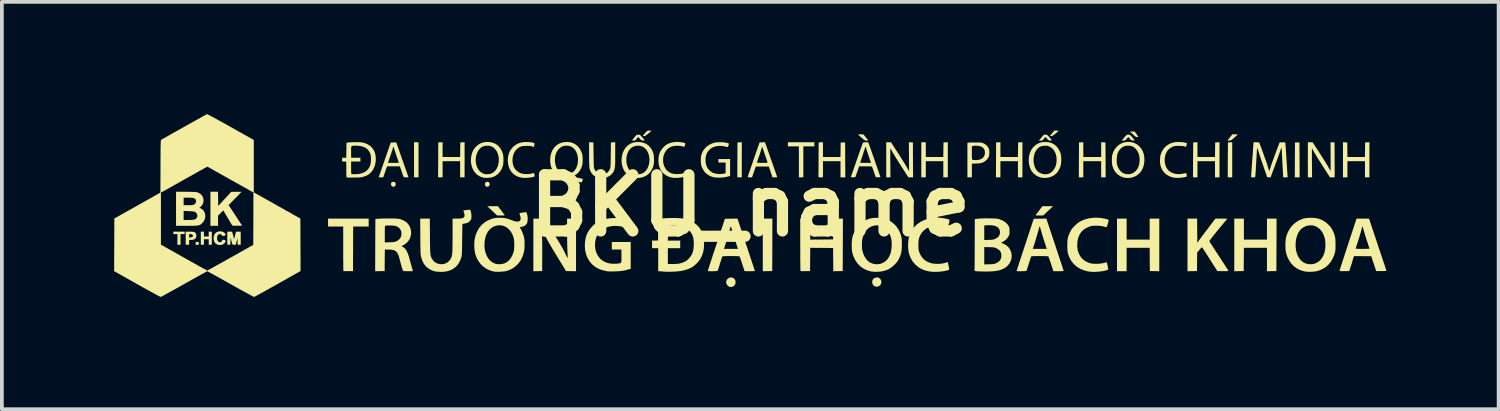
<source format=kicad_pcb>
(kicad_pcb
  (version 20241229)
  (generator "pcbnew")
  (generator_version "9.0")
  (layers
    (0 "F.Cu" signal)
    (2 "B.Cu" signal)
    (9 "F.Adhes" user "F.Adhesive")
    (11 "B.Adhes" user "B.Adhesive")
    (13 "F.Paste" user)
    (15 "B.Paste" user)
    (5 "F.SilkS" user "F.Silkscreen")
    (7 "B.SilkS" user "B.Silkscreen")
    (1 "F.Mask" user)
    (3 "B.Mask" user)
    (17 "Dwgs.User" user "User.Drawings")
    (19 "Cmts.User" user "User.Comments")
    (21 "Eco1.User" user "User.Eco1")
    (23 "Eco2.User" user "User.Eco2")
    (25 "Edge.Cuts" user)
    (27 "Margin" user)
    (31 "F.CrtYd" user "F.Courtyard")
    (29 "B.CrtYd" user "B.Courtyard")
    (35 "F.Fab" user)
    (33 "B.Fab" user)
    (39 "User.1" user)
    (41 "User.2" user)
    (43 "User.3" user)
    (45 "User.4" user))
  (footprint "BKU_name"
    (layer "F.Cu")
    (at 17.001 2.442)
    (property "Reference" "BKU_name" (at 0 0 0) (layer "F.SilkS") (effects (font (size 1.5 1.5) (thickness 0.3))))
    (attr board_only exclude_from_pos_files exclude_from_bom)
    (fp_poly (pts (xy -14.74 1.011) (xy -14.74 1.048) (xy -14.781 1.048) (xy -14.823 1.048) (xy -14.823 1.011) (xy -14.823 0.974) (xy -14.781 0.974) (xy -14.74 0.974)) (stroke (width 0) (type solid)) (fill yes) (layer "F.SilkS"))
    (fp_poly (pts (xy -8.868 -1.222) (xy -8.868 -0.754) (xy -8.928 -0.754) (xy -8.987 -0.754) (xy -8.987 -1.222) (xy -8.987 -1.691) (xy -8.928 -1.691) (xy -8.868 -1.691)) (stroke (width 0) (type solid)) (fill yes) (layer "F.SilkS"))
    (fp_poly (pts (xy -0.23 -1.223) (xy -0.23 -0.754) (xy -0.29 -0.754) (xy -0.349 -0.754) (xy -0.347 -1.22) (xy -0.345 -1.686) (xy -0.287 -1.689) (xy -0.23 -1.692)) (stroke (width 0) (type solid)) (fill yes) (layer "F.SilkS"))
    (fp_poly (pts (xy 0.586 1.05) (xy 0.584 1.751) (xy 0.457 1.753) (xy 0.331 1.756) (xy 0.331 1.052) (xy 0.331 0.349) (xy 0.46 0.349) (xy 0.588 0.349)) (stroke (width 0) (type solid)) (fill yes) (layer "F.SilkS"))
    (fp_poly (pts (xy 12.875 -1.223) (xy 12.875 -0.754) (xy 12.815 -0.754) (xy 12.755 -0.754) (xy 12.757 -1.22) (xy 12.76 -1.686) (xy 12.817 -1.689) (xy 12.875 -1.692)) (stroke (width 0) (type solid)) (fill yes) (layer "F.SilkS"))
    (fp_poly (pts (xy 14.674 -1.22) (xy 14.676 -0.754) (xy 14.611 -0.754) (xy 14.547 -0.754) (xy 14.549 -1.22) (xy 14.552 -1.686) (xy 14.611 -1.686) (xy 14.671 -1.686)) (stroke (width 0) (type solid)) (fill yes) (layer "F.SilkS"))
    (fp_poly (pts (xy -9.503 -0.626) (xy -9.489 -0.614) (xy -9.477 -0.584) (xy -9.478 -0.554) (xy -9.49 -0.527) (xy -9.511 -0.508) (xy -9.537 -0.5) (xy -9.557 -0.503) (xy -9.583 -0.52) (xy -9.6 -0.547) (xy -9.604 -0.578) (xy -9.597 -0.606) (xy -9.586 -0.619) (xy -9.561 -0.632) (xy -9.531 -0.634)) (stroke (width 0) (type solid)) (fill yes) (layer "F.SilkS"))
    (fp_poly (pts (xy -6.995 -0.627) (xy -6.974 -0.605) (xy -6.966 -0.571) (xy -6.966 -0.565) (xy -6.974 -0.535) (xy -6.994 -0.513) (xy -7.021 -0.501) (xy -7.048 -0.503) (xy -7.078 -0.522) (xy -7.093 -0.552) (xy -7.094 -0.57) (xy -7.088 -0.604) (xy -7.068 -0.625) (xy -7.034 -0.634) (xy -7.028 -0.634)) (stroke (width 0) (type solid)) (fill yes) (layer "F.SilkS"))
    (fp_poly (pts (xy -15.117 0.731) (xy -15.117 0.763) (xy -15.172 0.763) (xy -15.227 0.763) (xy -15.227 0.905) (xy -15.227 1.048) (xy -15.268 1.048) (xy -15.31 1.048) (xy -15.31 0.905) (xy -15.31 0.763) (xy -15.365 0.763) (xy -15.42 0.763) (xy -15.42 0.731) (xy -15.42 0.698) (xy -15.268 0.698) (xy -15.117 0.698)) (stroke (width 0) (type solid)) (fill yes) (layer "F.SilkS"))
    (fp_poly (pts (xy 1.709 -1.636) (xy 1.709 -1.581) (xy 1.562 -1.581) (xy 1.415 -1.581) (xy 1.415 -1.167) (xy 1.415 -0.754) (xy 1.355 -0.754) (xy 1.296 -0.754) (xy 1.296 -1.167) (xy 1.296 -1.581) (xy 1.149 -1.581) (xy 1.002 -1.581) (xy 1.002 -1.636) (xy 1.002 -1.691) (xy 1.355 -1.691) (xy 1.709 -1.691)) (stroke (width 0) (type solid)) (fill yes) (layer "F.SilkS"))
    (fp_poly (pts (xy 10.318 -1.908) (xy 10.339 -1.877) (xy 10.356 -1.852) (xy 10.365 -1.837) (xy 10.366 -1.834) (xy 10.358 -1.831) (xy 10.338 -1.829) (xy 10.331 -1.829) (xy 10.315 -1.831) (xy 10.299 -1.837) (xy 10.28 -1.849) (xy 10.255 -1.87) (xy 10.221 -1.902) (xy 10.22 -1.903) (xy 10.143 -1.976) (xy 10.207 -1.976) (xy 10.271 -1.976)) (stroke (width 0) (type solid)) (fill yes) (layer "F.SilkS"))
    (fp_poly (pts (xy -6.66 0.131) (xy -6.63 0.171) (xy -6.603 0.206) (xy -6.582 0.234) (xy -6.57 0.251) (xy -6.567 0.255) (xy -6.568 0.26) (xy -6.58 0.264) (xy -6.604 0.266) (xy -6.644 0.266) (xy -6.664 0.266) (xy -6.768 0.266) (xy -6.823 0.213) (xy -6.855 0.184) (xy -6.893 0.147) (xy -6.933 0.11) (xy -6.954 0.09) (xy -7.03 0.018) (xy -6.888 0.018) (xy -6.746 0.018)) (stroke (width 0) (type solid)) (fill yes) (layer "F.SilkS"))
    (fp_poly (pts (xy -0.477 1.927) (xy -0.459 1.935) (xy -0.425 1.961) (xy -0.404 1.997) (xy -0.395 2.038) (xy -0.399 2.08) (xy -0.414 2.119) (xy -0.442 2.15) (xy -0.462 2.163) (xy -0.508 2.176) (xy -0.551 2.173) (xy -0.579 2.162) (xy -0.61 2.138) (xy -0.634 2.103) (xy -0.647 2.064) (xy -0.648 2.031) (xy -0.631 1.986) (xy -0.603 1.952) (xy -0.565 1.929) (xy -0.522 1.92)) (stroke (width 0) (type solid)) (fill yes) (layer "F.SilkS"))
    (fp_poly (pts (xy 3.416 1.925) (xy 3.455 1.947) (xy 3.48 1.975) (xy 3.499 2.016) (xy 3.501 2.057) (xy 3.49 2.095) (xy 3.469 2.127) (xy 3.438 2.152) (xy 3.401 2.167) (xy 3.361 2.169) (xy 3.319 2.155) (xy 3.311 2.151) (xy 3.279 2.122) (xy 3.26 2.085) (xy 3.254 2.045) (xy 3.26 2.004) (xy 3.278 1.968) (xy 3.308 1.941) (xy 3.322 1.934) (xy 3.372 1.921)) (stroke (width 0) (type solid)) (fill yes) (layer "F.SilkS"))
    (fp_poly (pts (xy 8.006 0.095) (xy 7.968 0.131) (xy 7.929 0.167) (xy 7.895 0.2) (xy 7.875 0.219) (xy 7.823 0.266) (xy 7.72 0.266) (xy 7.674 0.266) (xy 7.644 0.265) (xy 7.628 0.262) (xy 7.623 0.257) (xy 7.624 0.255) (xy 7.632 0.244) (xy 7.649 0.221) (xy 7.673 0.19) (xy 7.701 0.152) (xy 7.717 0.131) (xy 7.803 0.018) (xy 7.945 0.018) (xy 8.086 0.018)) (stroke (width 0) (type solid)) (fill yes) (layer "F.SilkS"))
    (fp_poly (pts (xy 12.984 -1.902) (xy 13.009 -1.901) (xy 13.021 -1.899) (xy 13.022 -1.898) (xy 13.015 -1.891) (xy 12.997 -1.874) (xy 12.971 -1.85) (xy 12.938 -1.821) (xy 12.932 -1.816) (xy 12.896 -1.784) (xy 12.869 -1.762) (xy 12.85 -1.748) (xy 12.834 -1.74) (xy 12.817 -1.737) (xy 12.798 -1.737) (xy 12.794 -1.737) (xy 12.746 -1.737) (xy 12.812 -1.82) (xy 12.878 -1.902) (xy 12.95 -1.902)) (stroke (width 0) (type solid)) (fill yes) (layer "F.SilkS"))
    (fp_poly (pts (xy -2.672 -2.002) (xy -2.652 -1.999) (xy -2.647 -1.996) (xy -2.654 -1.988) (xy -2.672 -1.971) (xy -2.699 -1.947) (xy -2.728 -1.923) (xy -2.764 -1.893) (xy -2.791 -1.874) (xy -2.811 -1.863) (xy -2.828 -1.857) (xy -2.843 -1.856) (xy -2.879 -1.856) (xy -2.844 -1.9) (xy -2.811 -1.941) (xy -2.786 -1.969) (xy -2.766 -1.987) (xy -2.748 -1.997) (xy -2.729 -2.002) (xy -2.706 -2.003) (xy -2.7 -2.003)) (stroke (width 0) (type solid)) (fill yes) (layer "F.SilkS"))
    (fp_poly (pts (xy 2.946 -1.902) (xy 3.02 -1.902) (xy 3.07 -1.84) (xy 3.095 -1.809) (xy 3.118 -1.781) (xy 3.134 -1.761) (xy 3.137 -1.758) (xy 3.153 -1.737) (xy 3.104 -1.737) (xy 3.082 -1.738) (xy 3.064 -1.741) (xy 3.047 -1.749) (xy 3.026 -1.764) (xy 2.997 -1.789) (xy 2.982 -1.802) (xy 2.939 -1.84) (xy 2.909 -1.866) (xy 2.891 -1.884) (xy 2.885 -1.895) (xy 2.889 -1.901) (xy 2.904 -1.902) (xy 2.928 -1.902)) (stroke (width 0) (type solid)) (fill yes) (layer "F.SilkS"))
    (fp_poly (pts (xy 8.208 -2.002) (xy 8.228 -2) (xy 8.233 -1.996) (xy 8.226 -1.988) (xy 8.208 -1.971) (xy 8.181 -1.947) (xy 8.153 -1.923) (xy 8.116 -1.893) (xy 8.09 -1.874) (xy 8.069 -1.863) (xy 8.052 -1.857) (xy 8.037 -1.856) (xy 8.015 -1.857) (xy 8.008 -1.861) (xy 8.013 -1.87) (xy 8.014 -1.872) (xy 8.026 -1.887) (xy 8.046 -1.911) (xy 8.07 -1.939) (xy 8.076 -1.946) (xy 8.125 -2.003) (xy 8.18 -2.003)) (stroke (width 0) (type solid)) (fill yes) (layer "F.SilkS"))
    (fp_poly (pts (xy -14.602 0.763) (xy -14.602 0.827) (xy -14.538 0.827) (xy -14.474 0.827) (xy -14.474 0.763) (xy -14.474 0.698) (xy -14.432 0.698) (xy -14.391 0.698) (xy -14.391 0.873) (xy -14.391 1.048) (xy -14.432 1.048) (xy -14.474 1.048) (xy -14.474 0.974) (xy -14.474 0.901) (xy -14.538 0.901) (xy -14.602 0.901) (xy -14.602 0.974) (xy -14.602 1.048) (xy -14.644 1.048) (xy -14.685 1.048) (xy -14.685 0.873) (xy -14.685 0.698) (xy -14.644 0.698) (xy -14.602 0.698)) (stroke (width 0) (type solid)) (fill yes) (layer "F.SilkS"))
    (fp_poly (pts (xy -7.637 -1.223) (xy -7.637 -0.754) (xy -7.696 -0.754) (xy -7.756 -0.754) (xy -7.756 -0.97) (xy -7.756 -1.185) (xy -7.99 -1.185) (xy -8.225 -1.185) (xy -8.225 -0.97) (xy -8.225 -0.754) (xy -8.284 -0.754) (xy -8.344 -0.754) (xy -8.342 -1.22) (xy -8.34 -1.686) (xy -8.282 -1.689) (xy -8.225 -1.692) (xy -8.225 -1.494) (xy -8.225 -1.296) (xy -7.991 -1.296) (xy -7.756 -1.296) (xy -7.754 -1.491) (xy -7.751 -1.686) (xy -7.694 -1.689) (xy -7.637 -1.692)) (stroke (width 0) (type solid)) (fill yes) (layer "F.SilkS"))
    (fp_poly (pts (xy 1.939 -1.494) (xy 1.939 -1.296) (xy 2.173 -1.296) (xy 2.407 -1.296) (xy 2.41 -1.491) (xy 2.412 -1.686) (xy 2.472 -1.686) (xy 2.532 -1.686) (xy 2.534 -1.22) (xy 2.536 -0.754) (xy 2.472 -0.754) (xy 2.408 -0.754) (xy 2.408 -0.97) (xy 2.408 -1.185) (xy 2.173 -1.185) (xy 1.939 -1.185) (xy 1.939 -0.97) (xy 1.939 -0.754) (xy 1.879 -0.754) (xy 1.819 -0.754) (xy 1.822 -1.22) (xy 1.824 -1.686) (xy 1.882 -1.689) (xy 1.939 -1.692)) (stroke (width 0) (type solid)) (fill yes) (layer "F.SilkS"))
    (fp_poly (pts (xy 5.275 -1.223) (xy 5.275 -0.754) (xy 5.215 -0.754) (xy 5.155 -0.754) (xy 5.155 -0.97) (xy 5.155 -1.185) (xy 4.921 -1.185) (xy 4.687 -1.185) (xy 4.687 -0.97) (xy 4.687 -0.754) (xy 4.627 -0.754) (xy 4.567 -0.754) (xy 4.567 -1.222) (xy 4.567 -1.691) (xy 4.627 -1.691) (xy 4.687 -1.691) (xy 4.687 -1.493) (xy 4.687 -1.296) (xy 4.921 -1.296) (xy 5.155 -1.296) (xy 5.157 -1.491) (xy 5.16 -1.686) (xy 5.217 -1.689) (xy 5.275 -1.692)) (stroke (width 0) (type solid)) (fill yes) (layer "F.SilkS"))
    (fp_poly (pts (xy 7.269 -1.223) (xy 7.269 -0.754) (xy 7.209 -0.754) (xy 7.149 -0.754) (xy 7.149 -0.97) (xy 7.149 -1.185) (xy 6.915 -1.185) (xy 6.681 -1.185) (xy 6.681 -0.97) (xy 6.681 -0.754) (xy 6.621 -0.754) (xy 6.561 -0.754) (xy 6.564 -1.22) (xy 6.566 -1.686) (xy 6.623 -1.689) (xy 6.681 -1.692) (xy 6.681 -1.494) (xy 6.681 -1.296) (xy 6.915 -1.296) (xy 7.149 -1.296) (xy 7.152 -1.491) (xy 7.154 -1.686) (xy 7.212 -1.689) (xy 7.269 -1.692)) (stroke (width 0) (type solid)) (fill yes) (layer "F.SilkS"))
    (fp_poly (pts (xy 9.431 -1.689) (xy 9.488 -1.686) (xy 9.491 -1.22) (xy 9.493 -0.754) (xy 9.433 -0.754) (xy 9.373 -0.754) (xy 9.373 -0.97) (xy 9.373 -1.185) (xy 9.134 -1.185) (xy 8.896 -1.185) (xy 8.896 -0.97) (xy 8.896 -0.754) (xy 8.836 -0.754) (xy 8.776 -0.754) (xy 8.778 -1.22) (xy 8.781 -1.686) (xy 8.838 -1.689) (xy 8.896 -1.692) (xy 8.896 -1.494) (xy 8.896 -1.296) (xy 9.134 -1.296) (xy 9.373 -1.296) (xy 9.373 -1.494) (xy 9.373 -1.692)) (stroke (width 0) (type solid)) (fill yes) (layer "F.SilkS"))
    (fp_poly (pts (xy 10.053 0.629) (xy 10.053 0.91) (xy 10.361 0.91) (xy 10.669 0.91) (xy 10.669 0.629) (xy 10.669 0.349) (xy 10.798 0.349) (xy 10.926 0.349) (xy 10.926 1.052) (xy 10.926 1.756) (xy 10.8 1.753) (xy 10.674 1.751) (xy 10.671 1.44) (xy 10.669 1.13) (xy 10.361 1.13) (xy 10.053 1.13) (xy 10.053 1.443) (xy 10.053 1.755) (xy 9.925 1.755) (xy 9.796 1.755) (xy 9.796 1.052) (xy 9.796 0.349) (xy 9.925 0.349) (xy 10.053 0.349)) (stroke (width 0) (type solid)) (fill yes) (layer "F.SilkS"))
    (fp_poly (pts (xy 12.535 -1.223) (xy 12.535 -0.754) (xy 12.475 -0.754) (xy 12.415 -0.754) (xy 12.415 -0.97) (xy 12.415 -1.185) (xy 12.181 -1.185) (xy 11.946 -1.185) (xy 11.946 -0.97) (xy 11.946 -0.754) (xy 11.887 -0.754) (xy 11.827 -0.754) (xy 11.829 -1.22) (xy 11.832 -1.686) (xy 11.889 -1.689) (xy 11.946 -1.692) (xy 11.946 -1.494) (xy 11.946 -1.296) (xy 12.181 -1.296) (xy 12.415 -1.296) (xy 12.417 -1.491) (xy 12.42 -1.686) (xy 12.477 -1.689) (xy 12.535 -1.692)) (stroke (width 0) (type solid)) (fill yes) (layer "F.SilkS"))
    (fp_poly (pts (xy 13.187 0.629) (xy 13.187 0.91) (xy 13.495 0.91) (xy 13.803 0.91) (xy 13.803 0.629) (xy 13.803 0.349) (xy 13.931 0.349) (xy 14.06 0.349) (xy 14.058 1.05) (xy 14.055 1.751) (xy 13.929 1.753) (xy 13.803 1.756) (xy 13.803 1.443) (xy 13.803 1.13) (xy 13.495 1.13) (xy 13.187 1.13) (xy 13.185 1.44) (xy 13.182 1.751) (xy 13.056 1.753) (xy 12.93 1.756) (xy 12.93 1.052) (xy 12.93 0.349) (xy 13.058 0.349) (xy 13.187 0.349)) (stroke (width 0) (type solid)) (fill yes) (layer "F.SilkS"))
    (fp_poly (pts (xy 16.541 -1.223) (xy 16.541 -0.754) (xy 16.482 -0.754) (xy 16.422 -0.754) (xy 16.422 -0.97) (xy 16.422 -1.185) (xy 16.187 -1.185) (xy 15.953 -1.185) (xy 15.953 -0.97) (xy 15.953 -0.754) (xy 15.893 -0.754) (xy 15.834 -0.754) (xy 15.834 -1.223) (xy 15.834 -1.692) (xy 15.891 -1.689) (xy 15.949 -1.686) (xy 15.951 -1.491) (xy 15.953 -1.296) (xy 16.187 -1.296) (xy 16.421 -1.296) (xy 16.424 -1.491) (xy 16.426 -1.686) (xy 16.484 -1.689) (xy 16.541 -1.692)) (stroke (width 0) (type solid)) (fill yes) (layer "F.SilkS"))
    (fp_poly (pts (xy 7.905 -1.893) (xy 7.92 -1.89) (xy 7.935 -1.882) (xy 7.951 -1.867) (xy 7.974 -1.842) (xy 7.995 -1.817) (xy 8.061 -1.741) (xy 8.017 -1.739) (xy 7.993 -1.738) (xy 7.976 -1.741) (xy 7.96 -1.751) (xy 7.941 -1.77) (xy 7.928 -1.784) (xy 7.885 -1.833) (xy 7.848 -1.792) (xy 7.829 -1.769) (xy 7.815 -1.751) (xy 7.811 -1.744) (xy 7.803 -1.74) (xy 7.781 -1.737) (xy 7.76 -1.737) (xy 7.709 -1.737) (xy 7.775 -1.815) (xy 7.841 -1.893) (xy 7.885 -1.893)) (stroke (width 0) (type solid)) (fill yes) (layer "F.SilkS"))
    (fp_poly (pts (xy -10.2 0.455) (xy -10.2 0.561) (xy -10.407 0.561) (xy -10.614 0.561) (xy -10.616 1.156) (xy -10.619 1.751) (xy -10.743 1.753) (xy -10.789 1.754) (xy -10.829 1.753) (xy -10.858 1.752) (xy -10.873 1.75) (xy -10.874 1.749) (xy -10.875 1.739) (xy -10.876 1.712) (xy -10.877 1.67) (xy -10.878 1.614) (xy -10.879 1.546) (xy -10.879 1.468) (xy -10.88 1.38) (xy -10.88 1.285) (xy -10.88 1.184) (xy -10.88 1.152) (xy -10.88 0.561) (xy -11.083 0.561) (xy -11.285 0.561) (xy -11.285 0.455) (xy -11.285 0.349) (xy -10.743 0.349) (xy -10.2 0.349)) (stroke (width 0) (type solid)) (fill yes) (layer "F.SilkS"))
    (fp_poly (pts (xy 10.119 -1.893) (xy 10.134 -1.89) (xy 10.148 -1.882) (xy 10.165 -1.866) (xy 10.188 -1.841) (xy 10.208 -1.817) (xy 10.272 -1.741) (xy 10.227 -1.739) (xy 10.198 -1.738) (xy 10.18 -1.743) (xy 10.166 -1.755) (xy 10.161 -1.761) (xy 10.14 -1.787) (xy 10.12 -1.81) (xy 10.099 -1.833) (xy 10.056 -1.785) (xy 10.032 -1.759) (xy 10.014 -1.745) (xy 9.998 -1.738) (xy 9.976 -1.737) (xy 9.967 -1.737) (xy 9.922 -1.737) (xy 9.94 -1.758) (xy 9.954 -1.774) (xy 9.977 -1.8) (xy 10.002 -1.83) (xy 10.007 -1.836) (xy 10.031 -1.864) (xy 10.049 -1.881) (xy 10.064 -1.89) (xy 10.081 -1.893) (xy 10.099 -1.893)) (stroke (width 0) (type solid)) (fill yes) (layer "F.SilkS"))
    (fp_poly (pts (xy -2.976 -1.893) (xy -2.96 -1.89) (xy -2.946 -1.882) (xy -2.929 -1.867) (xy -2.906 -1.842) (xy -2.885 -1.817) (xy -2.819 -1.741) (xy -2.864 -1.739) (xy -2.888 -1.738) (xy -2.905 -1.741) (xy -2.92 -1.751) (xy -2.94 -1.77) (xy -2.952 -1.784) (xy -2.996 -1.833) (xy -3.032 -1.792) (xy -3.052 -1.769) (xy -3.065 -1.751) (xy -3.069 -1.744) (xy -3.077 -1.74) (xy -3.097 -1.738) (xy -3.122 -1.737) (xy -3.145 -1.738) (xy -3.159 -1.74) (xy -3.161 -1.742) (xy -3.156 -1.75) (xy -3.141 -1.77) (xy -3.119 -1.797) (xy -3.101 -1.82) (xy -3.073 -1.853) (xy -3.054 -1.874) (xy -3.039 -1.886) (xy -3.025 -1.891) (xy -3.008 -1.893) (xy -2.995 -1.893)) (stroke (width 0) (type solid)) (fill yes) (layer "F.SilkS"))
    (fp_poly (pts (xy -14.935 0.699) (xy -14.893 0.702) (xy -14.864 0.706) (xy -14.855 0.709) (xy -14.827 0.732) (xy -14.81 0.767) (xy -14.804 0.811) (xy -14.812 0.854) (xy -14.834 0.887) (xy -14.87 0.908) (xy -14.921 0.918) (xy -14.947 0.919) (xy -14.997 0.919) (xy -14.997 0.983) (xy -14.997 1.048) (xy -15.043 1.048) (xy -15.089 1.048) (xy -15.089 0.873) (xy -15.089 0.81) (xy -14.997 0.81) (xy -14.997 0.857) (xy -14.959 0.851) (xy -14.932 0.845) (xy -14.912 0.837) (xy -14.908 0.835) (xy -14.896 0.815) (xy -14.898 0.795) (xy -14.913 0.777) (xy -14.939 0.766) (xy -14.961 0.763) (xy -14.997 0.763) (xy -14.997 0.81) (xy -15.089 0.81) (xy -15.089 0.698) (xy -14.984 0.698)) (stroke (width 0) (type solid)) (fill yes) (layer "F.SilkS"))
    (fp_poly (pts (xy -13.839 0.737) (xy -13.831 0.768) (xy -13.82 0.806) (xy -13.812 0.836) (xy -13.796 0.896) (xy -13.786 0.862) (xy -13.779 0.836) (xy -13.77 0.799) (xy -13.76 0.763) (xy -13.744 0.698) (xy -13.681 0.698) (xy -13.619 0.698) (xy -13.619 0.873) (xy -13.619 1.048) (xy -13.66 1.048) (xy -13.701 1.048) (xy -13.704 0.958) (xy -13.706 0.868) (xy -13.729 0.958) (xy -13.751 1.048) (xy -13.795 1.048) (xy -13.812 1.048) (xy -13.824 1.048) (xy -13.833 1.044) (xy -13.84 1.034) (xy -13.847 1.016) (xy -13.856 0.986) (xy -13.868 0.944) (xy -13.877 0.91) (xy -13.893 0.85) (xy -13.894 0.949) (xy -13.895 1.048) (xy -13.936 1.048) (xy -13.977 1.048) (xy -13.977 0.873) (xy -13.977 0.698) (xy -13.913 0.698) (xy -13.849 0.698)) (stroke (width 0) (type solid)) (fill yes) (layer "F.SilkS"))
    (fp_poly (pts (xy 1.599 0.63) (xy 1.599 0.91) (xy 1.905 0.908) (xy 2.21 0.905) (xy 2.213 0.627) (xy 2.215 0.349) (xy 2.344 0.349) (xy 2.472 0.349) (xy 2.47 1.05) (xy 2.467 1.751) (xy 2.341 1.753) (xy 2.215 1.756) (xy 2.213 1.445) (xy 2.21 1.135) (xy 1.905 1.132) (xy 1.599 1.13) (xy 1.597 1.44) (xy 1.594 1.751) (xy 1.47 1.753) (xy 1.424 1.754) (xy 1.384 1.753) (xy 1.355 1.752) (xy 1.34 1.75) (xy 1.339 1.749) (xy 1.338 1.739) (xy 1.337 1.712) (xy 1.336 1.67) (xy 1.335 1.613) (xy 1.334 1.544) (xy 1.334 1.464) (xy 1.333 1.374) (xy 1.333 1.275) (xy 1.333 1.169) (xy 1.332 1.058) (xy 1.332 1.046) (xy 1.332 0.349) (xy 1.466 0.349) (xy 1.599 0.349)) (stroke (width 0) (type solid)) (fill yes) (layer "F.SilkS"))
    (fp_poly (pts (xy -14.223 -0.178) (xy -14.221 0.012) (xy -14.046 -0.177) (xy -13.872 -0.367) (xy -13.734 -0.367) (xy -13.597 -0.368) (xy -13.633 -0.329) (xy -13.651 -0.31) (xy -13.678 -0.281) (xy -13.714 -0.244) (xy -13.755 -0.203) (xy -13.798 -0.159) (xy -13.806 -0.151) (xy -13.942 -0.012) (xy -13.761 0.263) (xy -13.581 0.538) (xy -13.707 0.54) (xy -13.763 0.541) (xy -13.802 0.54) (xy -13.828 0.537) (xy -13.842 0.533) (xy -13.845 0.531) (xy -13.852 0.52) (xy -13.868 0.496) (xy -13.89 0.46) (xy -13.916 0.415) (xy -13.947 0.364) (xy -13.97 0.325) (xy -14.085 0.13) (xy -14.155 0.201) (xy -14.225 0.272) (xy -14.225 0.407) (xy -14.225 0.542) (xy -14.327 0.542) (xy -14.428 0.542) (xy -14.428 0.087) (xy -14.428 -0.368) (xy -14.327 -0.368) (xy -14.226 -0.368)) (stroke (width 0) (type solid)) (fill yes) (layer "F.SilkS"))
    (fp_poly (pts (xy -14.119 0.695) (xy -14.075 0.713) (xy -14.041 0.742) (xy -14.025 0.769) (xy -14.026 0.789) (xy -14.043 0.803) (xy -14.062 0.809) (xy -14.086 0.815) (xy -14.101 0.813) (xy -14.114 0.8) (xy -14.122 0.791) (xy -14.149 0.768) (xy -14.18 0.762) (xy -14.211 0.773) (xy -14.225 0.785) (xy -14.243 0.816) (xy -14.251 0.856) (xy -14.25 0.899) (xy -14.241 0.931) (xy -14.22 0.962) (xy -14.194 0.979) (xy -14.165 0.981) (xy -14.138 0.969) (xy -14.118 0.941) (xy -14.107 0.923) (xy -14.095 0.914) (xy -14.077 0.915) (xy -14.049 0.924) (xy -14.038 0.928) (xy -14.022 0.936) (xy -14.019 0.948) (xy -14.024 0.962) (xy -14.049 1.003) (xy -14.085 1.034) (xy -14.13 1.052) (xy -14.181 1.056) (xy -14.232 1.046) (xy -14.248 1.04) (xy -14.275 1.025) (xy -14.297 1.009) (xy -14.301 1.005) (xy -14.328 0.961) (xy -14.342 0.91) (xy -14.344 0.854) (xy -14.332 0.801) (xy -14.308 0.753) (xy -14.298 0.74) (xy -14.261 0.711) (xy -14.216 0.694) (xy -14.167 0.689)) (stroke (width 0) (type solid)) (fill yes) (layer "F.SilkS"))
    (fp_poly (pts (xy 15.555 -1.689) (xy 15.609 -1.686) (xy 15.611 -1.22) (xy 15.613 -0.754) (xy 15.55 -0.754) (xy 15.487 -0.754) (xy 15.323 -1.009) (xy 15.253 -1.119) (xy 15.191 -1.216) (xy 15.139 -1.3) (xy 15.096 -1.371) (xy 15.062 -1.427) (xy 15.039 -1.469) (xy 15.025 -1.497) (xy 15.025 -1.497) (xy 15.016 -1.516) (xy 15.008 -1.525) (xy 15.007 -1.525) (xy 15.006 -1.517) (xy 15.005 -1.491) (xy 15.004 -1.451) (xy 15.004 -1.399) (xy 15.004 -1.335) (xy 15.004 -1.263) (xy 15.005 -1.184) (xy 15.005 -1.14) (xy 15.009 -0.754) (xy 14.953 -0.754) (xy 14.896 -0.754) (xy 14.896 -1.222) (xy 14.896 -1.691) (xy 14.959 -1.691) (xy 15.022 -1.691) (xy 15.206 -1.408) (xy 15.251 -1.339) (xy 15.295 -1.27) (xy 15.337 -1.204) (xy 15.374 -1.143) (xy 15.406 -1.091) (xy 15.431 -1.05) (xy 15.444 -1.027) (xy 15.465 -0.989) (xy 15.483 -0.958) (xy 15.496 -0.937) (xy 15.503 -0.928) (xy 15.503 -0.928) (xy 15.504 -0.937) (xy 15.504 -0.962) (xy 15.505 -1.002) (xy 15.505 -1.055) (xy 15.505 -1.118) (xy 15.505 -1.19) (xy 15.505 -1.269) (xy 15.504 -1.31) (xy 15.502 -1.692)) (stroke (width 0) (type solid)) (fill yes) (layer "F.SilkS"))
    (fp_poly (pts (xy 4.289 -1.689) (xy 4.342 -1.686) (xy 4.344 -1.22) (xy 4.347 -0.754) (xy 4.284 -0.754) (xy 4.221 -0.754) (xy 4.036 -1.043) (xy 3.991 -1.113) (xy 3.947 -1.182) (xy 3.905 -1.249) (xy 3.868 -1.309) (xy 3.836 -1.362) (xy 3.812 -1.403) (xy 3.797 -1.428) (xy 3.777 -1.466) (xy 3.759 -1.496) (xy 3.746 -1.517) (xy 3.74 -1.525) (xy 3.74 -1.525) (xy 3.739 -1.516) (xy 3.738 -1.491) (xy 3.738 -1.451) (xy 3.738 -1.399) (xy 3.738 -1.335) (xy 3.738 -1.263) (xy 3.738 -1.184) (xy 3.739 -1.14) (xy 3.742 -0.754) (xy 3.686 -0.754) (xy 3.63 -0.754) (xy 3.63 -1.222) (xy 3.63 -1.691) (xy 3.693 -1.691) (xy 3.756 -1.691) (xy 3.941 -1.407) (xy 3.986 -1.338) (xy 4.03 -1.268) (xy 4.072 -1.201) (xy 4.11 -1.14) (xy 4.143 -1.087) (xy 4.168 -1.045) (xy 4.181 -1.021) (xy 4.203 -0.983) (xy 4.221 -0.951) (xy 4.233 -0.929) (xy 4.239 -0.919) (xy 4.239 -0.919) (xy 4.24 -0.928) (xy 4.24 -0.953) (xy 4.24 -0.993) (xy 4.24 -1.046) (xy 4.239 -1.109) (xy 4.239 -1.181) (xy 4.238 -1.261) (xy 4.238 -1.305) (xy 4.235 -1.692)) (stroke (width 0) (type solid)) (fill yes) (layer "F.SilkS"))
    (fp_poly (pts (xy -3.612 -1.367) (xy -3.612 -1.276) (xy -3.612 -1.2) (xy -3.613 -1.138) (xy -3.615 -1.089) (xy -3.618 -1.048) (xy -3.622 -1.016) (xy -3.627 -0.988) (xy -3.633 -0.963) (xy -3.642 -0.94) (xy -3.651 -0.917) (xy -3.677 -0.874) (xy -3.715 -0.831) (xy -3.761 -0.793) (xy -3.805 -0.768) (xy -3.86 -0.75) (xy -3.925 -0.74) (xy -3.992 -0.737) (xy -4.055 -0.744) (xy -4.079 -0.749) (xy -4.149 -0.777) (xy -4.206 -0.819) (xy -4.251 -0.874) (xy -4.284 -0.943) (xy -4.3 -1) (xy -4.303 -1.025) (xy -4.305 -1.067) (xy -4.307 -1.126) (xy -4.309 -1.199) (xy -4.31 -1.287) (xy -4.31 -1.37) (xy -4.31 -1.692) (xy -4.252 -1.689) (xy -4.195 -1.686) (xy -4.19 -1.351) (xy -4.189 -1.263) (xy -4.188 -1.192) (xy -4.187 -1.135) (xy -4.185 -1.091) (xy -4.184 -1.057) (xy -4.182 -1.031) (xy -4.179 -1.012) (xy -4.175 -0.997) (xy -4.171 -0.984) (xy -4.166 -0.971) (xy -4.165 -0.97) (xy -4.131 -0.913) (xy -4.09 -0.873) (xy -4.04 -0.848) (xy -3.979 -0.837) (xy -3.961 -0.837) (xy -3.897 -0.843) (xy -3.844 -0.864) (xy -3.8 -0.9) (xy -3.765 -0.953) (xy -3.757 -0.97) (xy -3.751 -0.982) (xy -3.747 -0.995) (xy -3.743 -1.009) (xy -3.74 -1.028) (xy -3.738 -1.053) (xy -3.736 -1.086) (xy -3.735 -1.128) (xy -3.734 -1.183) (xy -3.732 -1.253) (xy -3.731 -1.338) (xy -3.731 -1.351) (xy -3.726 -1.686) (xy -3.669 -1.689) (xy -3.612 -1.692)) (stroke (width 0) (type solid)) (fill yes) (layer "F.SilkS"))
    (fp_poly (pts (xy -5.95 -1.697) (xy -5.904 -1.694) (xy -5.86 -1.689) (xy -5.824 -1.683) (xy -5.808 -1.679) (xy -5.783 -1.671) (xy -5.771 -1.661) (xy -5.768 -1.647) (xy -5.769 -1.638) (xy -5.773 -1.609) (xy -5.78 -1.587) (xy -5.788 -1.564) (xy -5.828 -1.579) (xy -5.856 -1.587) (xy -5.894 -1.591) (xy -5.944 -1.594) (xy -5.978 -1.594) (xy -6.048 -1.592) (xy -6.105 -1.584) (xy -6.153 -1.569) (xy -6.195 -1.545) (xy -6.237 -1.512) (xy -6.239 -1.511) (xy -6.286 -1.457) (xy -6.321 -1.392) (xy -6.345 -1.318) (xy -6.357 -1.24) (xy -6.355 -1.161) (xy -6.341 -1.084) (xy -6.317 -1.023) (xy -6.286 -0.974) (xy -6.242 -0.928) (xy -6.191 -0.889) (xy -6.141 -0.864) (xy -6.079 -0.848) (xy -6.008 -0.84) (xy -5.933 -0.841) (xy -5.861 -0.85) (xy -5.799 -0.868) (xy -5.798 -0.868) (xy -5.787 -0.868) (xy -5.779 -0.856) (xy -5.772 -0.831) (xy -5.767 -0.802) (xy -5.767 -0.783) (xy -5.769 -0.779) (xy -5.789 -0.769) (xy -5.823 -0.759) (xy -5.868 -0.751) (xy -5.92 -0.744) (xy -5.974 -0.74) (xy -6.028 -0.739) (xy -6.077 -0.74) (xy -6.117 -0.745) (xy -6.206 -0.769) (xy -6.284 -0.808) (xy -6.35 -0.86) (xy -6.404 -0.924) (xy -6.444 -1) (xy -6.47 -1.086) (xy -6.481 -1.183) (xy -6.482 -1.208) (xy -6.475 -1.306) (xy -6.453 -1.393) (xy -6.417 -1.471) (xy -6.365 -1.541) (xy -6.336 -1.571) (xy -6.269 -1.624) (xy -6.197 -1.662) (xy -6.118 -1.686) (xy -6.029 -1.697)) (stroke (width 0) (type solid)) (fill yes) (layer "F.SilkS"))
    (fp_poly (pts (xy 6.07 -1.686) (xy 6.114 -1.685) (xy 6.147 -1.683) (xy 6.173 -1.68) (xy 6.194 -1.675) (xy 6.214 -1.669) (xy 6.224 -1.665) (xy 6.276 -1.637) (xy 6.321 -1.598) (xy 6.356 -1.553) (xy 6.372 -1.519) (xy 6.383 -1.469) (xy 6.386 -1.41) (xy 6.381 -1.352) (xy 6.371 -1.309) (xy 6.347 -1.262) (xy 6.309 -1.217) (xy 6.262 -1.178) (xy 6.21 -1.15) (xy 6.207 -1.149) (xy 6.178 -1.139) (xy 6.146 -1.132) (xy 6.108 -1.127) (xy 6.057 -1.124) (xy 6.035 -1.123) (xy 5.918 -1.119) (xy 5.918 -0.936) (xy 5.918 -0.754) (xy 5.858 -0.754) (xy 5.799 -0.754) (xy 5.799 -1.213) (xy 5.799 -1.581) (xy 5.918 -1.581) (xy 5.918 -1.406) (xy 5.918 -1.345) (xy 5.919 -1.3) (xy 5.92 -1.269) (xy 5.921 -1.248) (xy 5.924 -1.235) (xy 5.929 -1.228) (xy 5.935 -1.224) (xy 5.939 -1.222) (xy 5.966 -1.216) (xy 6.005 -1.214) (xy 6.05 -1.215) (xy 6.093 -1.22) (xy 6.11 -1.223) (xy 6.168 -1.243) (xy 6.214 -1.277) (xy 6.247 -1.321) (xy 6.264 -1.375) (xy 6.267 -1.411) (xy 6.261 -1.47) (xy 6.24 -1.517) (xy 6.204 -1.553) (xy 6.154 -1.579) (xy 6.137 -1.585) (xy 6.098 -1.593) (xy 6.053 -1.598) (xy 6.007 -1.599) (xy 5.967 -1.596) (xy 5.942 -1.59) (xy 5.918 -1.581) (xy 5.799 -1.581) (xy 5.799 -1.672) (xy 5.824 -1.679) (xy 5.841 -1.682) (xy 5.873 -1.684) (xy 5.917 -1.685) (xy 5.968 -1.686) (xy 6.01 -1.686)) (stroke (width 0) (type solid)) (fill yes) (layer "F.SilkS"))
    (fp_poly (pts (xy 11.512 -1.696) (xy 11.571 -1.689) (xy 11.618 -1.679) (xy 11.621 -1.678) (xy 11.668 -1.663) (xy 11.654 -1.614) (xy 11.641 -1.564) (xy 11.603 -1.579) (xy 11.576 -1.586) (xy 11.539 -1.591) (xy 11.488 -1.593) (xy 11.45 -1.594) (xy 11.401 -1.594) (xy 11.366 -1.593) (xy 11.339 -1.59) (xy 11.318 -1.584) (xy 11.295 -1.576) (xy 11.281 -1.569) (xy 11.226 -1.54) (xy 11.184 -1.509) (xy 11.15 -1.474) (xy 11.138 -1.456) (xy 11.102 -1.39) (xy 11.079 -1.316) (xy 11.069 -1.237) (xy 11.072 -1.158) (xy 11.088 -1.082) (xy 11.116 -1.013) (xy 11.156 -0.953) (xy 11.16 -0.949) (xy 11.212 -0.904) (xy 11.276 -0.87) (xy 11.35 -0.848) (xy 11.429 -0.838) (xy 11.511 -0.842) (xy 11.592 -0.858) (xy 11.592 -0.859) (xy 11.621 -0.866) (xy 11.638 -0.866) (xy 11.645 -0.861) (xy 11.65 -0.846) (xy 11.656 -0.823) (xy 11.66 -0.799) (xy 11.661 -0.781) (xy 11.66 -0.776) (xy 11.65 -0.772) (xy 11.627 -0.765) (xy 11.601 -0.758) (xy 11.55 -0.748) (xy 11.488 -0.741) (xy 11.423 -0.739) (xy 11.361 -0.74) (xy 11.308 -0.746) (xy 11.295 -0.749) (xy 11.206 -0.777) (xy 11.129 -0.82) (xy 11.063 -0.875) (xy 11.011 -0.941) (xy 10.973 -1.018) (xy 10.955 -1.083) (xy 10.948 -1.134) (xy 10.945 -1.194) (xy 10.947 -1.256) (xy 10.952 -1.313) (xy 10.959 -1.347) (xy 10.99 -1.434) (xy 11.036 -1.511) (xy 11.095 -1.577) (xy 11.166 -1.63) (xy 11.247 -1.669) (xy 11.332 -1.691) (xy 11.386 -1.697) (xy 11.448 -1.698)) (stroke (width 0) (type solid)) (fill yes) (layer "F.SilkS"))
    (fp_poly (pts (xy -4.659 1.052) (xy -4.659 1.756) (xy -4.793 1.753) (xy -4.927 1.751) (xy -5.028 1.585) (xy -5.105 1.459) (xy -5.173 1.347) (xy -5.233 1.248) (xy -5.286 1.161) (xy -5.331 1.084) (xy -5.371 1.016) (xy -5.405 0.956) (xy -5.435 0.902) (xy -5.461 0.854) (xy -5.483 0.812) (xy -5.508 0.763) (xy -5.53 0.721) (xy -5.549 0.687) (xy -5.562 0.664) (xy -5.568 0.655) (xy -5.568 0.655) (xy -5.569 0.663) (xy -5.57 0.686) (xy -5.57 0.722) (xy -5.568 0.768) (xy -5.567 0.82) (xy -5.565 0.868) (xy -5.564 0.93) (xy -5.563 1.005) (xy -5.562 1.089) (xy -5.562 1.178) (xy -5.562 1.269) (xy -5.562 1.359) (xy -5.562 1.369) (xy -5.564 1.751) (xy -5.681 1.753) (xy -5.799 1.756) (xy -5.799 1.052) (xy -5.799 0.349) (xy -5.649 0.349) (xy -5.5 0.349) (xy -5.292 0.687) (xy -5.231 0.786) (xy -5.179 0.872) (xy -5.134 0.945) (xy -5.096 1.008) (xy -5.064 1.063) (xy -5.036 1.111) (xy -5.012 1.154) (xy -4.991 1.194) (xy -4.971 1.233) (xy -4.952 1.272) (xy -4.938 1.302) (xy -4.919 1.341) (xy -4.902 1.373) (xy -4.89 1.395) (xy -4.883 1.403) (xy -4.883 1.403) (xy -4.882 1.393) (xy -4.882 1.367) (xy -4.883 1.329) (xy -4.885 1.281) (xy -4.888 1.227) (xy -4.888 1.225) (xy -4.89 1.174) (xy -4.893 1.108) (xy -4.894 1.032) (xy -4.896 0.947) (xy -4.897 0.858) (xy -4.898 0.768) (xy -4.898 0.7) (xy -4.898 0.349) (xy -4.779 0.349) (xy -4.659 0.349)) (stroke (width 0) (type solid)) (fill yes) (layer "F.SilkS"))
    (fp_poly (pts (xy -1.914 -1.698) (xy -1.868 -1.694) (xy -1.823 -1.687) (xy -1.784 -1.679) (xy -1.756 -1.671) (xy -1.743 -1.664) (xy -1.74 -1.65) (xy -1.745 -1.623) (xy -1.746 -1.621) (xy -1.754 -1.595) (xy -1.759 -1.577) (xy -1.76 -1.574) (xy -1.768 -1.57) (xy -1.789 -1.573) (xy -1.821 -1.582) (xy -1.879 -1.594) (xy -1.945 -1.598) (xy -2.014 -1.595) (xy -2.078 -1.584) (xy -2.116 -1.572) (xy -2.181 -1.537) (xy -2.237 -1.488) (xy -2.281 -1.426) (xy -2.313 -1.354) (xy -2.326 -1.301) (xy -2.334 -1.212) (xy -2.326 -1.129) (xy -2.304 -1.053) (xy -2.269 -0.986) (xy -2.221 -0.929) (xy -2.161 -0.885) (xy -2.104 -0.859) (xy -2.05 -0.846) (xy -1.984 -0.84) (xy -1.915 -0.841) (xy -1.847 -0.848) (xy -1.788 -0.862) (xy -1.773 -0.868) (xy -1.763 -0.867) (xy -1.755 -0.853) (xy -1.748 -0.83) (xy -1.742 -0.802) (xy -1.742 -0.783) (xy -1.744 -0.779) (xy -1.764 -0.769) (xy -1.798 -0.759) (xy -1.843 -0.751) (xy -1.894 -0.744) (xy -1.949 -0.74) (xy -2.003 -0.739) (xy -2.052 -0.74) (xy -2.092 -0.745) (xy -2.18 -0.769) (xy -2.258 -0.808) (xy -2.325 -0.861) (xy -2.38 -0.926) (xy -2.406 -0.972) (xy -2.434 -1.038) (xy -2.45 -1.107) (xy -2.457 -1.184) (xy -2.458 -1.208) (xy -2.453 -1.288) (xy -2.44 -1.358) (xy -2.416 -1.424) (xy -2.405 -1.447) (xy -2.373 -1.498) (xy -2.33 -1.55) (xy -2.282 -1.597) (xy -2.233 -1.633) (xy -2.228 -1.636) (xy -2.165 -1.665) (xy -2.09 -1.686) (xy -2.011 -1.698) (xy -1.958 -1.7)) (stroke (width 0) (type solid)) (fill yes) (layer "F.SilkS"))
    (fp_poly (pts (xy -0.763 -1.692) (xy -0.692 -1.686) (xy -0.628 -1.674) (xy -0.591 -1.663) (xy -0.58 -1.657) (xy -0.576 -1.649) (xy -0.579 -1.632) (xy -0.584 -1.612) (xy -0.593 -1.586) (xy -0.599 -1.568) (xy -0.602 -1.564) (xy -0.612 -1.564) (xy -0.635 -1.568) (xy -0.659 -1.574) (xy -0.749 -1.591) (xy -0.838 -1.594) (xy -0.922 -1.583) (xy -0.997 -1.559) (xy -0.999 -1.558) (xy -1.05 -1.528) (xy -1.098 -1.487) (xy -1.139 -1.44) (xy -1.162 -1.403) (xy -1.187 -1.332) (xy -1.199 -1.253) (xy -1.198 -1.171) (xy -1.184 -1.092) (xy -1.163 -1.032) (xy -1.131 -0.98) (xy -1.086 -0.931) (xy -1.035 -0.892) (xy -1.008 -0.877) (xy -0.945 -0.856) (xy -0.873 -0.844) (xy -0.799 -0.841) (xy -0.728 -0.848) (xy -0.692 -0.856) (xy -0.662 -0.865) (xy -0.662 -1.007) (xy -0.662 -1.149) (xy -0.758 -1.149) (xy -0.855 -1.149) (xy -0.855 -1.195) (xy -0.855 -1.241) (xy -0.698 -1.241) (xy -0.542 -1.241) (xy -0.542 -1.016) (xy -0.542 -0.791) (xy -0.591 -0.777) (xy -0.663 -0.76) (xy -0.742 -0.75) (xy -0.823 -0.745) (xy -0.902 -0.746) (xy -0.971 -0.754) (xy -0.995 -0.759) (xy -1.078 -0.788) (xy -1.152 -0.832) (xy -1.215 -0.89) (xy -1.265 -0.96) (xy -1.302 -1.04) (xy -1.315 -1.084) (xy -1.322 -1.131) (xy -1.325 -1.188) (xy -1.325 -1.248) (xy -1.32 -1.304) (xy -1.315 -1.337) (xy -1.286 -1.421) (xy -1.241 -1.497) (xy -1.183 -1.562) (xy -1.112 -1.616) (xy -1.029 -1.657) (xy -0.965 -1.678) (xy -0.905 -1.689) (xy -0.836 -1.693)) (stroke (width 0) (type solid)) (fill yes) (layer "F.SilkS"))
    (fp_poly (pts (xy -9.346 -1.355) (xy -9.318 -1.274) (xy -9.289 -1.193) (xy -9.261 -1.114) (xy -9.235 -1.04) (xy -9.213 -0.976) (xy -9.194 -0.922) (xy -9.182 -0.889) (xy -9.135 -0.754) (xy -9.199 -0.754) (xy -9.233 -0.754) (xy -9.254 -0.757) (xy -9.264 -0.762) (xy -9.27 -0.773) (xy -9.271 -0.774) (xy -9.277 -0.79) (xy -9.287 -0.82) (xy -9.301 -0.859) (xy -9.316 -0.905) (xy -9.322 -0.921) (xy -9.366 -1.048) (xy -9.536 -1.048) (xy -9.705 -1.048) (xy -9.718 -1.018) (xy -9.726 -0.998) (xy -9.738 -0.965) (xy -9.752 -0.923) (xy -9.768 -0.877) (xy -9.77 -0.871) (xy -9.81 -0.754) (xy -9.872 -0.754) (xy -9.933 -0.754) (xy -9.876 -0.917) (xy -9.859 -0.966) (xy -9.837 -1.03) (xy -9.811 -1.104) (xy -9.799 -1.14) (xy -9.685 -1.14) (xy -9.537 -1.14) (xy -9.482 -1.14) (xy -9.443 -1.14) (xy -9.417 -1.142) (xy -9.402 -1.144) (xy -9.396 -1.148) (xy -9.395 -1.153) (xy -9.396 -1.156) (xy -9.407 -1.185) (xy -9.422 -1.227) (xy -9.439 -1.277) (xy -9.457 -1.331) (xy -9.475 -1.385) (xy -9.492 -1.435) (xy -9.505 -1.477) (xy -9.515 -1.507) (xy -9.517 -1.514) (xy -9.526 -1.543) (xy -9.534 -1.564) (xy -9.539 -1.571) (xy -9.545 -1.563) (xy -9.552 -1.542) (xy -9.558 -1.523) (xy -9.564 -1.499) (xy -9.576 -1.461) (xy -9.591 -1.414) (xy -9.609 -1.36) (xy -9.627 -1.307) (xy -9.685 -1.14) (xy -9.799 -1.14) (xy -9.783 -1.183) (xy -9.755 -1.266) (xy -9.726 -1.348) (xy -9.714 -1.383) (xy -9.608 -1.686) (xy -9.535 -1.686) (xy -9.462 -1.686)) (stroke (width 0) (type solid)) (fill yes) (layer "F.SilkS"))
    (fp_poly (pts (xy 11.939 0.673) (xy 11.942 0.997) (xy 11.996 0.919) (xy 12.016 0.892) (xy 12.044 0.853) (xy 12.08 0.805) (xy 12.122 0.749) (xy 12.167 0.689) (xy 12.214 0.627) (xy 12.239 0.595) (xy 12.426 0.349) (xy 12.588 0.349) (xy 12.645 0.349) (xy 12.687 0.35) (xy 12.715 0.351) (xy 12.731 0.353) (xy 12.739 0.356) (xy 12.739 0.36) (xy 12.735 0.365) (xy 12.679 0.431) (xy 12.622 0.499) (xy 12.565 0.568) (xy 12.509 0.635) (xy 12.457 0.699) (xy 12.408 0.76) (xy 12.364 0.815) (xy 12.327 0.863) (xy 12.297 0.902) (xy 12.276 0.931) (xy 12.264 0.949) (xy 12.263 0.953) (xy 12.269 0.963) (xy 12.284 0.987) (xy 12.307 1.024) (xy 12.338 1.071) (xy 12.374 1.127) (xy 12.416 1.192) (xy 12.462 1.262) (xy 12.511 1.337) (xy 12.521 1.352) (xy 12.57 1.428) (xy 12.617 1.499) (xy 12.659 1.564) (xy 12.696 1.621) (xy 12.727 1.67) (xy 12.751 1.708) (xy 12.766 1.733) (xy 12.773 1.746) (xy 12.774 1.747) (xy 12.765 1.75) (xy 12.738 1.752) (xy 12.696 1.754) (xy 12.639 1.753) (xy 12.625 1.753) (xy 12.477 1.751) (xy 12.275 1.434) (xy 12.232 1.365) (xy 12.191 1.301) (xy 12.154 1.244) (xy 12.123 1.196) (xy 12.097 1.157) (xy 12.079 1.13) (xy 12.069 1.116) (xy 12.067 1.114) (xy 12.059 1.12) (xy 12.041 1.136) (xy 12.018 1.162) (xy 11.999 1.184) (xy 11.938 1.257) (xy 11.935 1.504) (xy 11.933 1.751) (xy 11.806 1.753) (xy 11.68 1.756) (xy 11.68 1.052) (xy 11.68 0.349) (xy 11.808 0.349) (xy 11.937 0.349)) (stroke (width 0) (type solid)) (fill yes) (layer "F.SilkS"))
    (fp_poly (pts (xy -2.973 -1.698) (xy -2.883 -1.685) (xy -2.803 -1.657) (xy -2.734 -1.614) (xy -2.676 -1.556) (xy -2.629 -1.484) (xy -2.604 -1.429) (xy -2.593 -1.396) (xy -2.585 -1.364) (xy -2.58 -1.327) (xy -2.577 -1.28) (xy -2.575 -1.254) (xy -2.575 -1.173) (xy -2.582 -1.105) (xy -2.596 -1.043) (xy -2.62 -0.983) (xy -2.634 -0.955) (xy -2.68 -0.886) (xy -2.739 -0.829) (xy -2.808 -0.785) (xy -2.884 -0.754) (xy -2.967 -0.738) (xy -3.052 -0.737) (xy -3.12 -0.748) (xy -3.193 -0.774) (xy -3.261 -0.814) (xy -3.321 -0.865) (xy -3.368 -0.924) (xy -3.384 -0.952) (xy -3.419 -1.038) (xy -3.438 -1.128) (xy -3.444 -1.221) (xy -3.44 -1.258) (xy -3.314 -1.258) (xy -3.314 -1.176) (xy -3.301 -1.095) (xy -3.275 -1.019) (xy -3.267 -1.002) (xy -3.231 -0.944) (xy -3.188 -0.9) (xy -3.134 -0.865) (xy -3.132 -0.864) (xy -3.096 -0.848) (xy -3.065 -0.84) (xy -3.029 -0.837) (xy -3.01 -0.837) (xy -2.972 -0.839) (xy -2.935 -0.844) (xy -2.91 -0.85) (xy -2.847 -0.882) (xy -2.794 -0.928) (xy -2.752 -0.99) (xy -2.721 -1.064) (xy -2.701 -1.153) (xy -2.701 -1.155) (xy -2.697 -1.238) (xy -2.707 -1.322) (xy -2.73 -1.401) (xy -2.766 -1.47) (xy -2.785 -1.497) (xy -2.833 -1.544) (xy -2.89 -1.577) (xy -2.953 -1.596) (xy -3.019 -1.6) (xy -3.084 -1.59) (xy -3.146 -1.565) (xy -3.196 -1.53) (xy -3.243 -1.476) (xy -3.278 -1.411) (xy -3.302 -1.337) (xy -3.314 -1.258) (xy -3.44 -1.258) (xy -3.435 -1.313) (xy -3.413 -1.401) (xy -3.377 -1.481) (xy -3.329 -1.552) (xy -3.318 -1.564) (xy -3.254 -1.622) (xy -3.183 -1.664) (xy -3.104 -1.689) (xy -3.017 -1.699)) (stroke (width 0) (type solid)) (fill yes) (layer "F.SilkS"))
    (fp_poly (pts (xy 7.971 -1.692) (xy 8.053 -1.668) (xy 8.125 -1.628) (xy 8.187 -1.574) (xy 8.238 -1.506) (xy 8.277 -1.425) (xy 8.294 -1.373) (xy 8.302 -1.326) (xy 8.306 -1.268) (xy 8.307 -1.204) (xy 8.303 -1.142) (xy 8.296 -1.089) (xy 8.293 -1.076) (xy 8.272 -1.01) (xy 8.24 -0.945) (xy 8.201 -0.887) (xy 8.168 -0.85) (xy 8.103 -0.801) (xy 8.028 -0.765) (xy 7.946 -0.743) (xy 7.861 -0.736) (xy 7.776 -0.744) (xy 7.76 -0.748) (xy 7.687 -0.774) (xy 7.619 -0.814) (xy 7.56 -0.865) (xy 7.512 -0.924) (xy 7.496 -0.952) (xy 7.462 -1.038) (xy 7.442 -1.128) (xy 7.437 -1.221) (xy 7.438 -1.234) (xy 7.566 -1.234) (xy 7.569 -1.156) (xy 7.583 -1.082) (xy 7.607 -1.012) (xy 7.642 -0.952) (xy 7.686 -0.903) (xy 7.694 -0.897) (xy 7.753 -0.863) (xy 7.818 -0.842) (xy 7.885 -0.835) (xy 7.95 -0.843) (xy 7.97 -0.85) (xy 8.03 -0.88) (xy 8.081 -0.925) (xy 8.123 -0.982) (xy 8.155 -1.049) (xy 8.175 -1.123) (xy 8.183 -1.202) (xy 8.18 -1.284) (xy 8.162 -1.366) (xy 8.151 -1.401) (xy 8.116 -1.469) (xy 8.069 -1.525) (xy 8.01 -1.567) (xy 8 -1.572) (xy 7.97 -1.586) (xy 7.946 -1.594) (xy 7.922 -1.598) (xy 7.891 -1.599) (xy 7.859 -1.597) (xy 7.797 -1.59) (xy 7.747 -1.575) (xy 7.703 -1.548) (xy 7.663 -1.509) (xy 7.622 -1.452) (xy 7.592 -1.385) (xy 7.574 -1.311) (xy 7.566 -1.234) (xy 7.438 -1.234) (xy 7.445 -1.313) (xy 7.467 -1.401) (xy 7.503 -1.481) (xy 7.552 -1.552) (xy 7.562 -1.564) (xy 7.628 -1.623) (xy 7.702 -1.665) (xy 7.783 -1.691) (xy 7.874 -1.7) (xy 7.88 -1.7)) (stroke (width 0) (type solid)) (fill yes) (layer "F.SilkS"))
    (fp_poly (pts (xy -6.934 -1.692) (xy -6.852 -1.668) (xy -6.78 -1.629) (xy -6.718 -1.575) (xy -6.667 -1.507) (xy -6.628 -1.427) (xy -6.612 -1.374) (xy -6.604 -1.328) (xy -6.599 -1.27) (xy -6.598 -1.207) (xy -6.601 -1.146) (xy -6.607 -1.093) (xy -6.612 -1.072) (xy -6.643 -0.982) (xy -6.688 -0.906) (xy -6.744 -0.843) (xy -6.814 -0.793) (xy -6.878 -0.763) (xy -6.929 -0.75) (xy -6.989 -0.741) (xy -7.052 -0.738) (xy -7.11 -0.741) (xy -7.145 -0.747) (xy -7.224 -0.775) (xy -7.292 -0.817) (xy -7.334 -0.854) (xy -7.387 -0.92) (xy -7.428 -0.997) (xy -7.455 -1.083) (xy -7.468 -1.174) (xy -7.467 -1.245) (xy -7.467 -1.25) (xy -7.339 -1.25) (xy -7.339 -1.172) (xy -7.326 -1.095) (xy -7.301 -1.021) (xy -7.298 -1.015) (xy -7.264 -0.955) (xy -7.225 -0.91) (xy -7.176 -0.874) (xy -7.157 -0.864) (xy -7.121 -0.848) (xy -7.09 -0.84) (xy -7.054 -0.837) (xy -7.035 -0.837) (xy -6.997 -0.839) (xy -6.96 -0.844) (xy -6.935 -0.85) (xy -6.874 -0.881) (xy -6.82 -0.928) (xy -6.778 -0.988) (xy -6.747 -1.059) (xy -6.746 -1.062) (xy -6.727 -1.147) (xy -6.721 -1.232) (xy -6.729 -1.313) (xy -6.75 -1.389) (xy -6.782 -1.457) (xy -6.826 -1.515) (xy -6.879 -1.56) (xy -6.909 -1.577) (xy -6.947 -1.59) (xy -6.996 -1.596) (xy -7.049 -1.598) (xy -7.098 -1.593) (xy -7.13 -1.586) (xy -7.186 -1.558) (xy -7.235 -1.515) (xy -7.275 -1.46) (xy -7.307 -1.396) (xy -7.328 -1.325) (xy -7.339 -1.25) (xy -7.467 -1.25) (xy -7.454 -1.341) (xy -7.43 -1.424) (xy -7.394 -1.497) (xy -7.344 -1.562) (xy -7.329 -1.577) (xy -7.263 -1.632) (xy -7.19 -1.671) (xy -7.109 -1.693) (xy -7.025 -1.7)) (stroke (width 0) (type solid)) (fill yes) (layer "F.SilkS"))
    (fp_poly (pts (xy 10.174 -1.695) (xy 10.253 -1.674) (xy 10.325 -1.638) (xy 10.388 -1.589) (xy 10.441 -1.527) (xy 10.483 -1.455) (xy 10.512 -1.372) (xy 10.527 -1.281) (xy 10.528 -1.19) (xy 10.516 -1.096) (xy 10.493 -1.014) (xy 10.458 -0.942) (xy 10.409 -0.876) (xy 10.395 -0.862) (xy 10.333 -0.809) (xy 10.26 -0.77) (xy 10.181 -0.745) (xy 10.097 -0.735) (xy 10.013 -0.741) (xy 9.973 -0.749) (xy 9.892 -0.78) (xy 9.82 -0.826) (xy 9.76 -0.886) (xy 9.713 -0.958) (xy 9.679 -1.041) (xy 9.673 -1.063) (xy 9.665 -1.109) (xy 9.66 -1.167) (xy 9.659 -1.185) (xy 9.788 -1.185) (xy 9.791 -1.132) (xy 9.795 -1.104) (xy 9.818 -1.032) (xy 9.852 -0.968) (xy 9.896 -0.914) (xy 9.947 -0.873) (xy 9.984 -0.855) (xy 10.037 -0.841) (xy 10.095 -0.837) (xy 10.152 -0.841) (xy 10.199 -0.855) (xy 10.2 -0.855) (xy 10.266 -0.895) (xy 10.319 -0.947) (xy 10.359 -1.012) (xy 10.386 -1.09) (xy 10.4 -1.181) (xy 10.4 -1.183) (xy 10.399 -1.271) (xy 10.385 -1.353) (xy 10.357 -1.427) (xy 10.318 -1.491) (xy 10.268 -1.542) (xy 10.216 -1.576) (xy 10.187 -1.588) (xy 10.159 -1.595) (xy 10.125 -1.598) (xy 10.094 -1.599) (xy 10.053 -1.598) (xy 10.023 -1.594) (xy 9.997 -1.586) (xy 9.966 -1.572) (xy 9.96 -1.569) (xy 9.901 -1.528) (xy 9.852 -1.473) (xy 9.816 -1.403) (xy 9.813 -1.397) (xy 9.802 -1.356) (xy 9.794 -1.303) (xy 9.789 -1.244) (xy 9.788 -1.185) (xy 9.659 -1.185) (xy 9.659 -1.229) (xy 9.661 -1.289) (xy 9.667 -1.339) (xy 9.668 -1.344) (xy 9.694 -1.426) (xy 9.734 -1.502) (xy 9.786 -1.568) (xy 9.849 -1.623) (xy 9.92 -1.664) (xy 9.996 -1.69) (xy 10.088 -1.701)) (stroke (width 0) (type solid)) (fill yes) (layer "F.SilkS"))
    (fp_poly (pts (xy -15.019 -0.367) (xy -14.95 -0.366) (xy -14.89 -0.364) (xy -14.842 -0.362) (xy -14.809 -0.36) (xy -14.796 -0.358) (xy -14.735 -0.336) (xy -14.685 -0.302) (xy -14.647 -0.257) (xy -14.622 -0.205) (xy -14.612 -0.147) (xy -14.617 -0.087) (xy -14.634 -0.04) (xy -14.654 -0.006) (xy -14.679 0.024) (xy -14.689 0.033) (xy -14.723 0.059) (xy -14.688 0.076) (xy -14.644 0.103) (xy -14.612 0.136) (xy -14.587 0.179) (xy -14.568 0.24) (xy -14.566 0.304) (xy -14.58 0.367) (xy -14.61 0.425) (xy -14.642 0.464) (xy -14.662 0.484) (xy -14.681 0.5) (xy -14.702 0.513) (xy -14.725 0.523) (xy -14.754 0.531) (xy -14.79 0.536) (xy -14.835 0.539) (xy -14.892 0.541) (xy -14.963 0.542) (xy -15.05 0.542) (xy -15.068 0.542) (xy -15.347 0.542) (xy -15.347 0.265) (xy -15.144 0.265) (xy -15.144 0.386) (xy -15.023 0.386) (xy -14.974 0.385) (xy -14.928 0.383) (xy -14.89 0.381) (xy -14.865 0.377) (xy -14.864 0.377) (xy -14.824 0.36) (xy -14.795 0.332) (xy -14.78 0.298) (xy -14.777 0.26) (xy -14.788 0.223) (xy -14.812 0.191) (xy -14.842 0.17) (xy -14.864 0.163) (xy -14.903 0.157) (xy -14.958 0.153) (xy -15.006 0.15) (xy -15.144 0.144) (xy -15.144 0.265) (xy -15.347 0.265) (xy -15.347 0.087) (xy -15.347 -0.11) (xy -15.144 -0.11) (xy -15.144 -0.009) (xy -15.023 -0.009) (xy -14.969 -0.01) (xy -14.929 -0.011) (xy -14.901 -0.015) (xy -14.88 -0.02) (xy -14.869 -0.025) (xy -14.837 -0.05) (xy -14.817 -0.082) (xy -14.811 -0.118) (xy -14.819 -0.153) (xy -14.833 -0.173) (xy -14.852 -0.188) (xy -14.88 -0.199) (xy -14.918 -0.206) (xy -14.969 -0.21) (xy -15.032 -0.211) (xy -15.144 -0.211) (xy -15.144 -0.11) (xy -15.347 -0.11) (xy -15.347 -0.368) (xy -15.094 -0.368)) (stroke (width 0) (type solid)) (fill yes) (layer "F.SilkS"))
    (fp_poly (pts (xy 0.4 -1.66) (xy 0.405 -1.646) (xy 0.415 -1.618) (xy 0.43 -1.576) (xy 0.449 -1.524) (xy 0.471 -1.462) (xy 0.495 -1.394) (xy 0.52 -1.321) (xy 0.547 -1.245) (xy 0.574 -1.168) (xy 0.601 -1.093) (xy 0.626 -1.02) (xy 0.65 -0.952) (xy 0.671 -0.892) (xy 0.689 -0.84) (xy 0.703 -0.799) (xy 0.712 -0.771) (xy 0.717 -0.758) (xy 0.717 -0.757) (xy 0.708 -0.756) (xy 0.686 -0.754) (xy 0.655 -0.754) (xy 0.654 -0.754) (xy 0.591 -0.754) (xy 0.541 -0.898) (xy 0.491 -1.043) (xy 0.318 -1.043) (xy 0.144 -1.043) (xy 0.094 -0.898) (xy 0.044 -0.754) (xy -0.015 -0.754) (xy -0.045 -0.755) (xy -0.066 -0.758) (xy -0.074 -0.761) (xy -0.071 -0.771) (xy -0.062 -0.797) (xy -0.049 -0.837) (xy -0.031 -0.889) (xy -0.009 -0.952) (xy 0.016 -1.024) (xy 0.043 -1.104) (xy 0.059 -1.148) (xy 0.175 -1.148) (xy 0.183 -1.145) (xy 0.207 -1.142) (xy 0.243 -1.141) (xy 0.288 -1.14) (xy 0.317 -1.14) (xy 0.366 -1.14) (xy 0.407 -1.141) (xy 0.439 -1.143) (xy 0.457 -1.145) (xy 0.459 -1.147) (xy 0.457 -1.157) (xy 0.449 -1.182) (xy 0.436 -1.219) (xy 0.421 -1.263) (xy 0.41 -1.296) (xy 0.391 -1.35) (xy 0.372 -1.404) (xy 0.356 -1.454) (xy 0.344 -1.493) (xy 0.34 -1.506) (xy 0.329 -1.536) (xy 0.32 -1.558) (xy 0.314 -1.566) (xy 0.313 -1.565) (xy 0.307 -1.553) (xy 0.299 -1.528) (xy 0.29 -1.498) (xy 0.281 -1.468) (xy 0.267 -1.425) (xy 0.251 -1.375) (xy 0.233 -1.322) (xy 0.224 -1.297) (xy 0.207 -1.249) (xy 0.193 -1.207) (xy 0.182 -1.174) (xy 0.176 -1.153) (xy 0.175 -1.148) (xy 0.059 -1.148) (xy 0.073 -1.189) (xy 0.086 -1.228) (xy 0.246 -1.686) (xy 0.317 -1.689) (xy 0.387 -1.692)) (stroke (width 0) (type solid)) (fill yes) (layer "F.SilkS"))
    (fp_poly (pts (xy 5.077 0.327) (xy 5.199 0.345) (xy 5.245 0.355) (xy 5.281 0.365) (xy 5.305 0.374) (xy 5.318 0.386) (xy 5.322 0.404) (xy 5.317 0.433) (xy 5.305 0.475) (xy 5.301 0.487) (xy 5.29 0.526) (xy 5.28 0.558) (xy 5.273 0.579) (xy 5.271 0.586) (xy 5.262 0.584) (xy 5.24 0.578) (xy 5.214 0.569) (xy 5.18 0.56) (xy 5.136 0.55) (xy 5.088 0.543) (xy 5.068 0.54) (xy 4.966 0.536) (xy 4.87 0.547) (xy 4.782 0.573) (xy 4.703 0.612) (xy 4.634 0.664) (xy 4.578 0.728) (xy 4.546 0.779) (xy 4.524 0.826) (xy 4.508 0.868) (xy 4.498 0.91) (xy 4.492 0.958) (xy 4.489 1.017) (xy 4.489 1.057) (xy 4.49 1.111) (xy 4.491 1.152) (xy 4.495 1.184) (xy 4.501 1.212) (xy 4.51 1.241) (xy 4.51 1.242) (xy 4.549 1.329) (xy 4.6 1.402) (xy 4.664 1.462) (xy 4.74 1.508) (xy 4.828 1.54) (xy 4.829 1.541) (xy 4.905 1.554) (xy 4.99 1.559) (xy 5.077 1.556) (xy 5.161 1.543) (xy 5.226 1.526) (xy 5.274 1.51) (xy 5.288 1.575) (xy 5.297 1.614) (xy 5.304 1.652) (xy 5.309 1.679) (xy 5.314 1.717) (xy 5.264 1.732) (xy 5.189 1.75) (xy 5.101 1.763) (xy 5.009 1.771) (xy 4.916 1.772) (xy 4.831 1.768) (xy 4.774 1.76) (xy 4.669 1.735) (xy 4.577 1.698) (xy 4.494 1.65) (xy 4.418 1.587) (xy 4.402 1.571) (xy 4.334 1.491) (xy 4.281 1.4) (xy 4.242 1.297) (xy 4.235 1.273) (xy 4.223 1.21) (xy 4.216 1.137) (xy 4.214 1.057) (xy 4.217 0.979) (xy 4.225 0.907) (xy 4.235 0.859) (xy 4.262 0.778) (xy 4.3 0.697) (xy 4.344 0.622) (xy 4.373 0.582) (xy 4.445 0.509) (xy 4.529 0.447) (xy 4.624 0.397) (xy 4.729 0.36) (xy 4.84 0.335) (xy 4.957 0.324)) (stroke (width 0) (type solid)) (fill yes) (layer "F.SilkS"))
    (fp_poly (pts (xy 16.76 1.036) (xy 16.796 1.144) (xy 16.831 1.247) (xy 16.863 1.344) (xy 16.893 1.434) (xy 16.92 1.514) (xy 16.944 1.584) (xy 16.963 1.643) (xy 16.978 1.689) (xy 16.988 1.72) (xy 16.993 1.735) (xy 16.993 1.737) (xy 16.992 1.742) (xy 16.984 1.746) (xy 16.967 1.749) (xy 16.938 1.75) (xy 16.895 1.751) (xy 16.859 1.751) (xy 16.722 1.751) (xy 16.656 1.553) (xy 16.59 1.355) (xy 16.36 1.353) (xy 16.129 1.351) (xy 16.086 1.486) (xy 16.07 1.54) (xy 16.053 1.593) (xy 16.038 1.64) (xy 16.026 1.678) (xy 16.023 1.686) (xy 16.002 1.751) (xy 15.872 1.753) (xy 15.817 1.754) (xy 15.779 1.753) (xy 15.755 1.751) (xy 15.743 1.747) (xy 15.742 1.745) (xy 15.745 1.734) (xy 15.753 1.708) (xy 15.766 1.667) (xy 15.783 1.612) (xy 15.805 1.545) (xy 15.83 1.468) (xy 15.858 1.381) (xy 15.889 1.286) (xy 15.922 1.185) (xy 15.933 1.152) (xy 16.174 1.152) (xy 16.182 1.154) (xy 16.207 1.155) (xy 16.244 1.157) (xy 16.291 1.158) (xy 16.346 1.158) (xy 16.357 1.158) (xy 16.413 1.158) (xy 16.462 1.157) (xy 16.502 1.156) (xy 16.529 1.154) (xy 16.541 1.152) (xy 16.541 1.152) (xy 16.539 1.142) (xy 16.531 1.117) (xy 16.519 1.079) (xy 16.504 1.032) (xy 16.486 0.977) (xy 16.473 0.938) (xy 16.452 0.874) (xy 16.432 0.81) (xy 16.414 0.749) (xy 16.398 0.698) (xy 16.387 0.658) (xy 16.384 0.646) (xy 16.374 0.609) (xy 16.365 0.58) (xy 16.358 0.563) (xy 16.356 0.561) (xy 16.35 0.569) (xy 16.342 0.589) (xy 16.339 0.6) (xy 16.318 0.68) (xy 16.298 0.753) (xy 16.277 0.824) (xy 16.253 0.9) (xy 16.229 0.975) (xy 16.212 1.028) (xy 16.197 1.075) (xy 16.185 1.113) (xy 16.177 1.14) (xy 16.174 1.152) (xy 16.174 1.152) (xy 15.933 1.152) (xy 15.957 1.078) (xy 15.969 1.041) (xy 16.197 0.349) (xy 16.363 0.349) (xy 16.53 0.349)) (stroke (width 0) (type solid)) (fill yes) (layer "F.SilkS"))
    (fp_poly (pts (xy 3.118 -1.691) (xy 3.139 -1.688) (xy 3.15 -1.683) (xy 3.156 -1.673) (xy 3.159 -1.666) (xy 3.176 -1.619) (xy 3.196 -1.562) (xy 3.219 -1.497) (xy 3.244 -1.425) (xy 3.271 -1.349) (xy 3.299 -1.27) (xy 3.326 -1.191) (xy 3.353 -1.112) (xy 3.379 -1.038) (xy 3.404 -0.968) (xy 3.425 -0.905) (xy 3.444 -0.851) (xy 3.458 -0.808) (xy 3.468 -0.778) (xy 3.473 -0.763) (xy 3.474 -0.762) (xy 3.465 -0.757) (xy 3.442 -0.755) (xy 3.412 -0.755) (xy 3.35 -0.758) (xy 3.303 -0.892) (xy 3.287 -0.939) (xy 3.272 -0.98) (xy 3.26 -1.012) (xy 3.252 -1.032) (xy 3.25 -1.036) (xy 3.241 -1.041) (xy 3.221 -1.044) (xy 3.188 -1.046) (xy 3.14 -1.047) (xy 3.075 -1.048) (xy 3.075 -1.048) (xy 2.906 -1.048) (xy 2.856 -0.903) (xy 2.805 -0.758) (xy 2.743 -0.755) (xy 2.709 -0.755) (xy 2.691 -0.757) (xy 2.685 -0.762) (xy 2.685 -0.765) (xy 2.689 -0.775) (xy 2.698 -0.802) (xy 2.712 -0.842) (xy 2.731 -0.895) (xy 2.753 -0.958) (xy 2.778 -1.031) (xy 2.806 -1.111) (xy 2.82 -1.151) (xy 2.934 -1.151) (xy 2.936 -1.147) (xy 2.949 -1.143) (xy 2.973 -1.141) (xy 3.012 -1.14) (xy 3.066 -1.14) (xy 3.076 -1.14) (xy 3.223 -1.14) (xy 3.155 -1.339) (xy 3.136 -1.397) (xy 3.119 -1.45) (xy 3.104 -1.495) (xy 3.094 -1.529) (xy 3.088 -1.55) (xy 3.088 -1.555) (xy 3.085 -1.57) (xy 3.078 -1.57) (xy 3.069 -1.557) (xy 3.06 -1.532) (xy 3.055 -1.515) (xy 3.045 -1.483) (xy 3.031 -1.441) (xy 3.015 -1.391) (xy 2.998 -1.338) (xy 2.98 -1.285) (xy 2.963 -1.236) (xy 2.948 -1.192) (xy 2.937 -1.159) (xy 2.934 -1.151) (xy 2.82 -1.151) (xy 2.835 -1.196) (xy 2.844 -1.222) (xy 2.875 -1.309) (xy 2.903 -1.39) (xy 2.929 -1.465) (xy 2.953 -1.531) (xy 2.973 -1.587) (xy 2.989 -1.632) (xy 3.001 -1.662) (xy 3.007 -1.678) (xy 3.008 -1.679) (xy 3.023 -1.686) (xy 3.054 -1.69) (xy 3.083 -1.691)) (stroke (width 0) (type solid)) (fill yes) (layer "F.SilkS"))
    (fp_poly (pts (xy -3.54 0.337) (xy -3.453 0.345) (xy -3.373 0.357) (xy -3.304 0.374) (xy -3.28 0.383) (xy -3.258 0.393) (xy -3.245 0.401) (xy -3.244 0.403) (xy -3.247 0.414) (xy -3.253 0.438) (xy -3.262 0.472) (xy -3.27 0.501) (xy -3.282 0.542) (xy -3.292 0.57) (xy -3.303 0.585) (xy -3.32 0.59) (xy -3.346 0.586) (xy -3.385 0.576) (xy -3.404 0.571) (xy -3.508 0.55) (xy -3.613 0.544) (xy -3.713 0.551) (xy -3.809 0.571) (xy -3.896 0.604) (xy -3.973 0.65) (xy -4.009 0.679) (xy -4.061 0.739) (xy -4.103 0.812) (xy -4.132 0.893) (xy -4.149 0.982) (xy -4.153 1.074) (xy -4.142 1.167) (xy -4.14 1.18) (xy -4.112 1.271) (xy -4.07 1.351) (xy -4.016 1.418) (xy -3.949 1.473) (xy -3.872 1.515) (xy -3.784 1.543) (xy -3.687 1.556) (xy -3.582 1.555) (xy -3.562 1.553) (xy -3.523 1.548) (xy -3.494 1.544) (xy -3.473 1.538) (xy -3.46 1.526) (xy -3.451 1.508) (xy -3.447 1.479) (xy -3.446 1.438) (xy -3.446 1.382) (xy -3.446 1.351) (xy -3.446 1.176) (xy -3.575 1.176) (xy -3.703 1.176) (xy -3.703 1.075) (xy -3.703 0.974) (xy -3.451 0.974) (xy -3.198 0.974) (xy -3.198 1.332) (xy -3.198 1.69) (xy -3.249 1.705) (xy -3.326 1.726) (xy -3.398 1.741) (xy -3.47 1.751) (xy -3.548 1.757) (xy -3.63 1.76) (xy -3.684 1.761) (xy -3.733 1.761) (xy -3.774 1.761) (xy -3.802 1.76) (xy -3.814 1.759) (xy -3.9 1.741) (xy -3.972 1.722) (xy -4.034 1.7) (xy -4.09 1.673) (xy -4.144 1.64) (xy -4.146 1.639) (xy -4.226 1.576) (xy -4.292 1.5) (xy -4.346 1.413) (xy -4.386 1.316) (xy -4.413 1.211) (xy -4.424 1.099) (xy -4.42 0.983) (xy -4.42 0.982) (xy -4.404 0.878) (xy -4.378 0.788) (xy -4.34 0.706) (xy -4.29 0.63) (xy -4.224 0.556) (xy -4.223 0.555) (xy -4.183 0.516) (xy -4.15 0.487) (xy -4.118 0.464) (xy -4.082 0.443) (xy -4.053 0.429) (xy -4.003 0.406) (xy -3.945 0.384) (xy -3.891 0.366) (xy -3.873 0.362) (xy -3.801 0.347) (xy -3.718 0.338) (xy -3.63 0.335)) (stroke (width 0) (type solid)) (fill yes) (layer "F.SilkS"))
    (fp_poly (pts (xy -2.011 0.333) (xy -1.928 0.336) (xy -1.853 0.342) (xy -1.791 0.349) (xy -1.765 0.354) (xy -1.667 0.38) (xy -1.583 0.413) (xy -1.509 0.456) (xy -1.441 0.509) (xy -1.411 0.538) (xy -1.351 0.608) (xy -1.304 0.684) (xy -1.27 0.768) (xy -1.249 0.862) (xy -1.239 0.969) (xy -1.238 1.015) (xy -1.241 1.112) (xy -1.251 1.196) (xy -1.27 1.274) (xy -1.299 1.35) (xy -1.316 1.388) (xy -1.356 1.454) (xy -1.408 1.519) (xy -1.468 1.579) (xy -1.531 1.63) (xy -1.59 1.665) (xy -1.673 1.7) (xy -1.76 1.728) (xy -1.853 1.748) (xy -1.957 1.761) (xy -2.075 1.768) (xy -2.091 1.768) (xy -2.143 1.769) (xy -2.192 1.77) (xy -2.234 1.769) (xy -2.263 1.769) (xy -2.27 1.768) (xy -2.299 1.766) (xy -2.339 1.763) (xy -2.382 1.759) (xy -2.387 1.759) (xy -2.463 1.754) (xy -2.463 1.447) (xy -2.463 1.14) (xy -2.546 1.14) (xy -2.628 1.14) (xy -2.628 1.039) (xy -2.628 0.938) (xy -2.548 0.935) (xy -2.467 0.933) (xy -2.465 0.647) (xy -2.464 0.545) (xy -2.205 0.545) (xy -2.205 0.741) (xy -2.205 0.937) (xy -2.04 0.937) (xy -1.875 0.937) (xy -1.875 1.038) (xy -1.875 1.14) (xy -2.04 1.14) (xy -2.205 1.14) (xy -2.205 1.351) (xy -2.205 1.562) (xy -2.074 1.562) (xy -2.009 1.561) (xy -1.958 1.559) (xy -1.916 1.554) (xy -1.877 1.546) (xy -1.872 1.544) (xy -1.797 1.521) (xy -1.735 1.49) (xy -1.678 1.448) (xy -1.649 1.421) (xy -1.6 1.364) (xy -1.563 1.302) (xy -1.536 1.233) (xy -1.52 1.154) (xy -1.513 1.062) (xy -1.512 1.025) (xy -1.515 0.943) (xy -1.524 0.874) (xy -1.54 0.815) (xy -1.565 0.76) (xy -1.589 0.72) (xy -1.643 0.657) (xy -1.71 0.606) (xy -1.79 0.567) (xy -1.856 0.547) (xy -1.893 0.541) (xy -1.942 0.537) (xy -1.999 0.534) (xy -2.057 0.533) (xy -2.111 0.534) (xy -2.156 0.537) (xy -2.171 0.539) (xy -2.205 0.545) (xy -2.464 0.545) (xy -2.463 0.361) (xy -2.428 0.355) (xy -2.357 0.346) (xy -2.277 0.339) (xy -2.189 0.335) (xy -2.1 0.333)) (stroke (width 0) (type solid)) (fill yes) (layer "F.SilkS"))
    (fp_poly (pts (xy -0.113 1.045) (xy -0.076 1.154) (xy -0.042 1.258) (xy -0.01 1.355) (xy 0.02 1.444) (xy 0.047 1.525) (xy 0.07 1.595) (xy 0.089 1.654) (xy 0.104 1.7) (xy 0.114 1.731) (xy 0.119 1.747) (xy 0.119 1.748) (xy 0.111 1.751) (xy 0.087 1.753) (xy 0.051 1.754) (xy 0.006 1.755) (xy -0.018 1.755) (xy -0.155 1.755) (xy -0.217 1.565) (xy -0.236 1.508) (xy -0.253 1.457) (xy -0.268 1.414) (xy -0.279 1.383) (xy -0.286 1.365) (xy -0.288 1.362) (xy -0.296 1.359) (xy -0.313 1.356) (xy -0.343 1.353) (xy -0.386 1.352) (xy -0.444 1.351) (xy -0.519 1.351) (xy -0.52 1.351) (xy -0.59 1.351) (xy -0.644 1.351) (xy -0.684 1.352) (xy -0.713 1.354) (xy -0.732 1.356) (xy -0.743 1.359) (xy -0.749 1.363) (xy -0.752 1.367) (xy -0.757 1.38) (xy -0.767 1.409) (xy -0.78 1.448) (xy -0.795 1.497) (xy -0.812 1.551) (xy -0.814 1.558) (xy -0.831 1.612) (xy -0.846 1.66) (xy -0.859 1.7) (xy -0.87 1.729) (xy -0.875 1.743) (xy -0.876 1.744) (xy -0.887 1.748) (xy -0.912 1.751) (xy -0.947 1.753) (xy -0.987 1.755) (xy -1.03 1.756) (xy -1.07 1.756) (xy -1.104 1.754) (xy -1.129 1.752) (xy -1.139 1.749) (xy -1.139 1.748) (xy -1.137 1.739) (xy -1.128 1.713) (xy -1.115 1.672) (xy -1.098 1.618) (xy -1.076 1.552) (xy -1.051 1.475) (xy -1.023 1.389) (xy -0.992 1.294) (xy -0.958 1.193) (xy -0.947 1.158) (xy -0.707 1.158) (xy -0.52 1.158) (xy -0.333 1.158) (xy -0.396 0.964) (xy -0.423 0.881) (xy -0.445 0.812) (xy -0.463 0.753) (xy -0.478 0.699) (xy -0.493 0.647) (xy -0.505 0.6) (xy -0.513 0.576) (xy -0.521 0.562) (xy -0.523 0.561) (xy -0.528 0.569) (xy -0.536 0.592) (xy -0.546 0.625) (xy -0.556 0.664) (xy -0.568 0.708) (xy -0.584 0.765) (xy -0.604 0.833) (xy -0.627 0.908) (xy -0.651 0.985) (xy -0.675 1.062) (xy -0.698 1.133) (xy -0.707 1.158) (xy -0.947 1.158) (xy -0.923 1.086) (xy -0.91 1.048) (xy -0.681 0.354) (xy -0.513 0.351) (xy -0.345 0.349)) (stroke (width 0) (type solid)) (fill yes) (layer "F.SilkS"))
    (fp_poly (pts (xy 8.14 1.045) (xy 8.176 1.154) (xy 8.21 1.258) (xy 8.243 1.355) (xy 8.272 1.444) (xy 8.299 1.525) (xy 8.322 1.595) (xy 8.341 1.654) (xy 8.356 1.7) (xy 8.366 1.731) (xy 8.371 1.747) (xy 8.372 1.748) (xy 8.363 1.751) (xy 8.339 1.753) (xy 8.303 1.754) (xy 8.259 1.755) (xy 8.234 1.755) (xy 8.097 1.755) (xy 8.034 1.564) (xy 8.015 1.508) (xy 7.998 1.457) (xy 7.983 1.414) (xy 7.972 1.383) (xy 7.965 1.365) (xy 7.964 1.362) (xy 7.956 1.358) (xy 7.938 1.355) (xy 7.907 1.353) (xy 7.862 1.352) (xy 7.802 1.351) (xy 7.733 1.351) (xy 7.662 1.351) (xy 7.608 1.351) (xy 7.568 1.352) (xy 7.54 1.354) (xy 7.521 1.356) (xy 7.509 1.359) (xy 7.503 1.363) (xy 7.5 1.367) (xy 7.495 1.38) (xy 7.486 1.409) (xy 7.473 1.448) (xy 7.457 1.497) (xy 7.441 1.551) (xy 7.438 1.558) (xy 7.422 1.612) (xy 7.406 1.66) (xy 7.393 1.7) (xy 7.383 1.729) (xy 7.377 1.743) (xy 7.376 1.744) (xy 7.365 1.748) (xy 7.34 1.751) (xy 7.305 1.753) (xy 7.265 1.755) (xy 7.222 1.756) (xy 7.182 1.756) (xy 7.148 1.754) (xy 7.123 1.752) (xy 7.113 1.749) (xy 7.113 1.748) (xy 7.116 1.739) (xy 7.124 1.713) (xy 7.137 1.672) (xy 7.155 1.618) (xy 7.176 1.552) (xy 7.201 1.475) (xy 7.23 1.389) (xy 7.261 1.294) (xy 7.294 1.193) (xy 7.306 1.158) (xy 7.546 1.158) (xy 7.733 1.158) (xy 7.92 1.158) (xy 7.876 1.025) (xy 7.855 0.963) (xy 7.833 0.894) (xy 7.811 0.822) (xy 7.79 0.751) (xy 7.771 0.686) (xy 7.755 0.631) (xy 7.747 0.6) (xy 7.739 0.576) (xy 7.732 0.562) (xy 7.729 0.561) (xy 7.724 0.569) (xy 7.716 0.592) (xy 7.706 0.625) (xy 7.696 0.664) (xy 7.685 0.708) (xy 7.668 0.765) (xy 7.648 0.833) (xy 7.626 0.908) (xy 7.602 0.985) (xy 7.577 1.062) (xy 7.554 1.133) (xy 7.546 1.158) (xy 7.306 1.158) (xy 7.329 1.086) (xy 7.342 1.048) (xy 7.571 0.354) (xy 7.739 0.351) (xy 7.908 0.349)) (stroke (width 0) (type solid)) (fill yes) (layer "F.SilkS"))
    (fp_poly (pts (xy -4.816 -1.692) (xy -4.735 -1.667) (xy -4.663 -1.627) (xy -4.601 -1.572) (xy -4.55 -1.503) (xy -4.51 -1.421) (xy -4.497 -1.383) (xy -4.488 -1.338) (xy -4.483 -1.282) (xy -4.481 -1.22) (xy -4.483 -1.159) (xy -4.488 -1.106) (xy -4.493 -1.084) (xy -4.521 -1) (xy -4.562 -0.926) (xy -4.615 -0.863) (xy -4.677 -0.815) (xy -4.701 -0.802) (xy -4.755 -0.774) (xy -4.672 -0.755) (xy -4.627 -0.745) (xy -4.58 -0.735) (xy -4.54 -0.727) (xy -4.533 -0.725) (xy -4.503 -0.719) (xy -4.482 -0.712) (xy -4.475 -0.708) (xy -4.479 -0.69) (xy -4.487 -0.666) (xy -4.498 -0.642) (xy -4.508 -0.623) (xy -4.515 -0.616) (xy -4.529 -0.619) (xy -4.555 -0.625) (xy -4.588 -0.634) (xy -4.59 -0.635) (xy -4.623 -0.644) (xy -4.668 -0.657) (xy -4.72 -0.673) (xy -4.773 -0.689) (xy -4.788 -0.693) (xy -4.841 -0.709) (xy -4.895 -0.723) (xy -4.944 -0.735) (xy -4.982 -0.743) (xy -4.99 -0.744) (xy -5.074 -0.765) (xy -5.149 -0.801) (xy -5.214 -0.85) (xy -5.267 -0.913) (xy -5.308 -0.987) (xy -5.335 -1.072) (xy -5.349 -1.167) (xy -5.351 -1.213) (xy -5.347 -1.26) (xy -5.223 -1.26) (xy -5.223 -1.176) (xy -5.22 -1.15) (xy -5.201 -1.063) (xy -5.17 -0.989) (xy -5.129 -0.929) (xy -5.078 -0.883) (xy -5.017 -0.853) (xy -4.947 -0.838) (xy -4.916 -0.836) (xy -4.875 -0.838) (xy -4.844 -0.842) (xy -4.814 -0.853) (xy -4.79 -0.864) (xy -4.737 -0.897) (xy -4.695 -0.938) (xy -4.66 -0.992) (xy -4.648 -1.016) (xy -4.622 -1.091) (xy -4.608 -1.171) (xy -4.607 -1.254) (xy -4.618 -1.334) (xy -4.642 -1.408) (xy -4.676 -1.474) (xy -4.701 -1.506) (xy -4.749 -1.551) (xy -4.8 -1.58) (xy -4.858 -1.595) (xy -4.913 -1.599) (xy -4.954 -1.598) (xy -4.983 -1.594) (xy -5.01 -1.586) (xy -5.041 -1.572) (xy -5.046 -1.569) (xy -5.102 -1.53) (xy -5.149 -1.477) (xy -5.185 -1.413) (xy -5.211 -1.339) (xy -5.223 -1.26) (xy -5.347 -1.26) (xy -5.343 -1.313) (xy -5.32 -1.405) (xy -5.285 -1.485) (xy -5.237 -1.555) (xy -5.177 -1.612) (xy -5.107 -1.656) (xy -5.027 -1.685) (xy -4.938 -1.699) (xy -4.904 -1.7)) (stroke (width 0) (type solid)) (fill yes) (layer "F.SilkS"))
    (fp_poly (pts (xy 9.335 0.328) (xy 9.467 0.35) (xy 9.523 0.364) (xy 9.551 0.374) (xy 9.57 0.384) (xy 9.576 0.39) (xy 9.573 0.402) (xy 9.567 0.428) (xy 9.557 0.464) (xy 9.549 0.492) (xy 9.535 0.537) (xy 9.523 0.566) (xy 9.514 0.579) (xy 9.51 0.58) (xy 9.495 0.577) (xy 9.469 0.569) (xy 9.435 0.56) (xy 9.429 0.559) (xy 9.386 0.549) (xy 9.339 0.543) (xy 9.284 0.54) (xy 9.245 0.539) (xy 9.193 0.54) (xy 9.155 0.542) (xy 9.123 0.545) (xy 9.094 0.552) (xy 9.061 0.563) (xy 9.058 0.564) (xy 8.971 0.601) (xy 8.899 0.648) (xy 8.841 0.707) (xy 8.794 0.779) (xy 8.759 0.864) (xy 8.757 0.873) (xy 8.744 0.93) (xy 8.736 0.997) (xy 8.734 1.069) (xy 8.738 1.137) (xy 8.747 1.197) (xy 8.752 1.218) (xy 8.787 1.307) (xy 8.834 1.383) (xy 8.894 1.446) (xy 8.967 1.496) (xy 9.054 1.534) (xy 9.075 1.541) (xy 9.127 1.551) (xy 9.191 1.557) (xy 9.262 1.558) (xy 9.334 1.553) (xy 9.402 1.544) (xy 9.441 1.536) (xy 9.477 1.527) (xy 9.505 1.52) (xy 9.522 1.518) (xy 9.524 1.518) (xy 9.527 1.528) (xy 9.532 1.551) (xy 9.54 1.584) (xy 9.543 1.599) (xy 9.55 1.637) (xy 9.557 1.669) (xy 9.562 1.69) (xy 9.563 1.693) (xy 9.558 1.708) (xy 9.538 1.721) (xy 9.504 1.734) (xy 9.459 1.745) (xy 9.405 1.755) (xy 9.345 1.763) (xy 9.282 1.768) (xy 9.217 1.772) (xy 9.153 1.772) (xy 9.094 1.769) (xy 9.04 1.763) (xy 9.027 1.761) (xy 8.911 1.731) (xy 8.808 1.688) (xy 8.718 1.632) (xy 8.641 1.562) (xy 8.576 1.48) (xy 8.537 1.411) (xy 8.512 1.359) (xy 8.495 1.312) (xy 8.482 1.267) (xy 8.474 1.218) (xy 8.47 1.16) (xy 8.468 1.091) (xy 8.468 1.066) (xy 8.469 0.993) (xy 8.472 0.933) (xy 8.479 0.882) (xy 8.49 0.836) (xy 8.506 0.789) (xy 8.529 0.738) (xy 8.543 0.708) (xy 8.565 0.664) (xy 8.587 0.63) (xy 8.612 0.597) (xy 8.646 0.561) (xy 8.665 0.542) (xy 8.732 0.481) (xy 8.797 0.435) (xy 8.867 0.398) (xy 8.946 0.368) (xy 9.072 0.337) (xy 9.203 0.324)) (stroke (width 0) (type solid)) (fill yes) (layer "F.SilkS"))
    (fp_poly (pts (xy 15.008 0.328) (xy 15.082 0.333) (xy 15.147 0.343) (xy 15.166 0.348) (xy 15.253 0.377) (xy 15.33 0.417) (xy 15.402 0.47) (xy 15.445 0.511) (xy 15.483 0.55) (xy 15.511 0.584) (xy 15.534 0.619) (xy 15.556 0.662) (xy 15.561 0.672) (xy 15.587 0.728) (xy 15.606 0.777) (xy 15.619 0.824) (xy 15.628 0.873) (xy 15.633 0.928) (xy 15.635 0.995) (xy 15.635 1.048) (xy 15.635 1.108) (xy 15.634 1.153) (xy 15.632 1.189) (xy 15.628 1.218) (xy 15.622 1.246) (xy 15.614 1.275) (xy 15.61 1.291) (xy 15.568 1.4) (xy 15.514 1.496) (xy 15.447 1.579) (xy 15.368 1.648) (xy 15.278 1.702) (xy 15.175 1.743) (xy 15.149 1.751) (xy 15.101 1.76) (xy 15.041 1.767) (xy 14.975 1.77) (xy 14.909 1.77) (xy 14.849 1.766) (xy 14.801 1.759) (xy 14.8 1.759) (xy 14.695 1.727) (xy 14.602 1.68) (xy 14.519 1.62) (xy 14.449 1.545) (xy 14.39 1.456) (xy 14.376 1.429) (xy 14.346 1.364) (xy 14.325 1.305) (xy 14.31 1.246) (xy 14.301 1.183) (xy 14.297 1.11) (xy 14.296 1.057) (xy 14.297 1.016) (xy 14.569 1.016) (xy 14.57 1.116) (xy 14.583 1.211) (xy 14.609 1.299) (xy 14.645 1.378) (xy 14.692 1.445) (xy 14.748 1.499) (xy 14.774 1.518) (xy 14.843 1.55) (xy 14.919 1.567) (xy 14.996 1.568) (xy 15.073 1.554) (xy 15.121 1.536) (xy 15.188 1.495) (xy 15.246 1.438) (xy 15.294 1.368) (xy 15.33 1.286) (xy 15.35 1.216) (xy 15.36 1.151) (xy 15.365 1.077) (xy 15.364 1.001) (xy 15.358 0.929) (xy 15.347 0.869) (xy 15.316 0.78) (xy 15.275 0.702) (xy 15.224 0.638) (xy 15.165 0.588) (xy 15.099 0.552) (xy 15.028 0.532) (xy 14.953 0.528) (xy 14.875 0.541) (xy 14.798 0.57) (xy 14.733 0.612) (xy 14.678 0.669) (xy 14.634 0.74) (xy 14.601 0.824) (xy 14.578 0.921) (xy 14.569 1.016) (xy 14.297 1.016) (xy 14.298 0.976) (xy 14.304 0.907) (xy 14.314 0.847) (xy 14.332 0.789) (xy 14.356 0.727) (xy 14.379 0.68) (xy 14.432 0.591) (xy 14.501 0.512) (xy 14.581 0.444) (xy 14.671 0.39) (xy 14.769 0.352) (xy 14.8 0.343) (xy 14.86 0.333) (xy 14.932 0.328)) (stroke (width 0) (type solid)) (fill yes) (layer "F.SilkS"))
    (fp_poly (pts (xy -10.488 -1.693) (xy -10.441 -1.692) (xy -10.404 -1.689) (xy -10.372 -1.685) (xy -10.341 -1.678) (xy -10.325 -1.674) (xy -10.238 -1.642) (xy -10.165 -1.598) (xy -10.106 -1.542) (xy -10.06 -1.474) (xy -10.029 -1.394) (xy -10.021 -1.361) (xy -10.009 -1.269) (xy -10.012 -1.177) (xy -10.028 -1.089) (xy -10.058 -1.007) (xy -10.099 -0.933) (xy -10.152 -0.871) (xy -10.21 -0.825) (xy -10.239 -0.809) (xy -10.278 -0.792) (xy -10.319 -0.776) (xy -10.324 -0.775) (xy -10.351 -0.766) (xy -10.375 -0.76) (xy -10.4 -0.756) (xy -10.429 -0.752) (xy -10.466 -0.75) (xy -10.514 -0.749) (xy -10.577 -0.748) (xy -10.586 -0.748) (xy -10.644 -0.747) (xy -10.695 -0.747) (xy -10.738 -0.747) (xy -10.769 -0.748) (xy -10.785 -0.75) (xy -10.786 -0.75) (xy -10.79 -0.756) (xy -10.793 -0.773) (xy -10.795 -0.801) (xy -10.797 -0.842) (xy -10.798 -0.899) (xy -10.798 -0.966) (xy -10.798 -1.176) (xy -10.853 -1.176) (xy -10.908 -1.176) (xy -10.908 -1.227) (xy -10.908 -1.277) (xy -10.853 -1.277) (xy -10.798 -1.277) (xy -10.796 -1.477) (xy -10.795 -1.494) (xy -10.669 -1.494) (xy -10.669 -1.435) (xy -10.669 -1.433) (xy -10.669 -1.277) (xy -10.545 -1.277) (xy -10.421 -1.277) (xy -10.421 -1.227) (xy -10.421 -1.176) (xy -10.545 -1.176) (xy -10.669 -1.176) (xy -10.669 -1.012) (xy -10.669 -0.948) (xy -10.668 -0.902) (xy -10.666 -0.87) (xy -10.662 -0.851) (xy -10.658 -0.843) (xy -10.658 -0.842) (xy -10.638 -0.839) (xy -10.605 -0.837) (xy -10.563 -0.837) (xy -10.518 -0.839) (xy -10.475 -0.843) (xy -10.438 -0.848) (xy -10.428 -0.85) (xy -10.345 -0.875) (xy -10.277 -0.912) (xy -10.222 -0.962) (xy -10.18 -1.023) (xy -10.153 -1.097) (xy -10.139 -1.183) (xy -10.138 -1.264) (xy -10.141 -1.314) (xy -10.146 -1.35) (xy -10.155 -1.381) (xy -10.165 -1.406) (xy -10.202 -1.47) (xy -10.251 -1.52) (xy -10.311 -1.558) (xy -10.383 -1.583) (xy -10.469 -1.596) (xy -10.535 -1.599) (xy -10.583 -1.599) (xy -10.618 -1.598) (xy -10.642 -1.594) (xy -10.657 -1.584) (xy -10.665 -1.566) (xy -10.669 -1.536) (xy -10.669 -1.494) (xy -10.795 -1.494) (xy -10.793 -1.677) (xy -10.747 -1.685) (xy -10.722 -1.687) (xy -10.683 -1.69) (xy -10.634 -1.692) (xy -10.58 -1.693) (xy -10.55 -1.693)) (stroke (width 0) (type solid)) (fill yes) (layer "F.SilkS"))
    (fp_poly (pts (xy -9.529 0.346) (xy -9.473 0.348) (xy -9.427 0.352) (xy -9.389 0.357) (xy -9.355 0.365) (xy -9.323 0.376) (xy -9.289 0.389) (xy -9.266 0.399) (xy -9.201 0.439) (xy -9.148 0.49) (xy -9.107 0.552) (xy -9.08 0.621) (xy -9.067 0.695) (xy -9.069 0.772) (xy -9.086 0.849) (xy -9.102 0.889) (xy -9.13 0.935) (xy -9.169 0.981) (xy -9.216 1.023) (xy -9.263 1.054) (xy -9.271 1.058) (xy -9.297 1.071) (xy -9.314 1.081) (xy -9.318 1.085) (xy -9.311 1.091) (xy -9.293 1.103) (xy -9.285 1.107) (xy -9.246 1.134) (xy -9.212 1.17) (xy -9.182 1.219) (xy -9.154 1.281) (xy -9.127 1.358) (xy -9.111 1.418) (xy -9.094 1.48) (xy -9.077 1.542) (xy -9.06 1.6) (xy -9.046 1.653) (xy -9.033 1.696) (xy -9.024 1.726) (xy -9.019 1.739) (xy -9.018 1.746) (xy -9.022 1.75) (xy -9.034 1.753) (xy -9.056 1.754) (xy -9.092 1.755) (xy -9.142 1.755) (xy -9.199 1.755) (xy -9.24 1.753) (xy -9.266 1.749) (xy -9.279 1.745) (xy -9.279 1.744) (xy -9.288 1.727) (xy -9.3 1.695) (xy -9.314 1.65) (xy -9.33 1.595) (xy -9.347 1.532) (xy -9.364 1.466) (xy -9.386 1.385) (xy -9.408 1.319) (xy -9.433 1.269) (xy -9.463 1.231) (xy -9.499 1.205) (xy -9.543 1.189) (xy -9.598 1.18) (xy -9.664 1.177) (xy -9.67 1.177) (xy -9.768 1.176) (xy -9.771 1.463) (xy -9.773 1.751) (xy -9.9 1.753) (xy -10.026 1.756) (xy -10.024 1.059) (xy -10.023 0.765) (xy -9.769 0.765) (xy -9.769 0.985) (xy -9.638 0.982) (xy -9.583 0.98) (xy -9.543 0.977) (xy -9.513 0.974) (xy -9.489 0.968) (xy -9.468 0.961) (xy -9.461 0.957) (xy -9.403 0.922) (xy -9.36 0.877) (xy -9.333 0.824) (xy -9.322 0.763) (xy -9.328 0.7) (xy -9.348 0.648) (xy -9.383 0.602) (xy -9.429 0.567) (xy -9.474 0.548) (xy -9.501 0.542) (xy -9.541 0.538) (xy -9.587 0.535) (xy -9.635 0.533) (xy -9.681 0.532) (xy -9.72 0.534) (xy -9.747 0.537) (xy -9.754 0.539) (xy -9.759 0.542) (xy -9.762 0.551) (xy -9.765 0.566) (xy -9.767 0.591) (xy -9.768 0.627) (xy -9.768 0.676) (xy -9.769 0.741) (xy -9.769 0.765) (xy -10.023 0.765) (xy -10.021 0.363) (xy -9.975 0.355) (xy -9.954 0.353) (xy -9.917 0.351) (xy -9.868 0.349) (xy -9.809 0.347) (xy -9.744 0.346) (xy -9.681 0.346) (xy -9.597 0.346)) (stroke (width 0) (type solid)) (fill yes) (layer "F.SilkS"))
    (fp_poly (pts (xy 3.498 0.334) (xy 3.593 0.352) (xy 3.678 0.382) (xy 3.757 0.427) (xy 3.831 0.486) (xy 3.855 0.51) (xy 3.91 0.571) (xy 3.953 0.633) (xy 3.989 0.703) (xy 4.019 0.785) (xy 4.022 0.795) (xy 4.031 0.826) (xy 4.038 0.854) (xy 4.042 0.881) (xy 4.045 0.912) (xy 4.046 0.951) (xy 4.047 1.001) (xy 4.047 1.038) (xy 4.046 1.119) (xy 4.042 1.187) (xy 4.033 1.245) (xy 4.02 1.298) (xy 4.002 1.351) (xy 3.976 1.408) (xy 3.969 1.424) (xy 3.947 1.465) (xy 3.924 1.5) (xy 3.895 1.535) (xy 3.857 1.576) (xy 3.851 1.581) (xy 3.784 1.641) (xy 3.717 1.688) (xy 3.644 1.723) (xy 3.575 1.746) (xy 3.517 1.759) (xy 3.448 1.767) (xy 3.375 1.771) (xy 3.303 1.77) (xy 3.24 1.764) (xy 3.212 1.759) (xy 3.107 1.727) (xy 3.013 1.68) (xy 2.93 1.619) (xy 2.859 1.544) (xy 2.799 1.455) (xy 2.752 1.353) (xy 2.724 1.264) (xy 2.717 1.23) (xy 2.712 1.193) (xy 2.709 1.147) (xy 2.708 1.09) (xy 2.708 1.064) (xy 2.979 1.064) (xy 2.982 1.136) (xy 2.99 1.194) (xy 3.012 1.276) (xy 3.045 1.353) (xy 3.087 1.422) (xy 3.136 1.478) (xy 3.186 1.518) (xy 3.252 1.548) (xy 3.325 1.565) (xy 3.4 1.569) (xy 3.473 1.558) (xy 3.524 1.54) (xy 3.595 1.5) (xy 3.653 1.446) (xy 3.7 1.379) (xy 3.738 1.298) (xy 3.746 1.274) (xy 3.761 1.21) (xy 3.772 1.135) (xy 3.776 1.055) (xy 3.775 0.977) (xy 3.767 0.907) (xy 3.764 0.892) (xy 3.737 0.801) (xy 3.699 0.722) (xy 3.651 0.655) (xy 3.594 0.602) (xy 3.53 0.562) (xy 3.461 0.537) (xy 3.387 0.528) (xy 3.31 0.536) (xy 3.231 0.56) (xy 3.21 0.57) (xy 3.149 0.61) (xy 3.094 0.666) (xy 3.049 0.735) (xy 3.013 0.816) (xy 3 0.859) (xy 2.988 0.919) (xy 2.981 0.99) (xy 2.979 1.064) (xy 2.708 1.064) (xy 2.707 1.057) (xy 2.709 0.976) (xy 2.715 0.907) (xy 2.726 0.847) (xy 2.744 0.788) (xy 2.768 0.727) (xy 2.79 0.68) (xy 2.813 0.636) (xy 2.836 0.6) (xy 2.862 0.567) (xy 2.897 0.529) (xy 2.913 0.514) (xy 2.954 0.474) (xy 2.989 0.445) (xy 3.023 0.421) (xy 3.062 0.4) (xy 3.07 0.397) (xy 3.137 0.367) (xy 3.199 0.347) (xy 3.263 0.334) (xy 3.334 0.329) (xy 3.391 0.328)) (stroke (width 0) (type solid)) (fill yes) (layer "F.SilkS"))
    (fp_poly (pts (xy -7.495 0.113) (xy -7.482 0.127) (xy -7.471 0.155) (xy -7.462 0.192) (xy -7.456 0.235) (xy -7.453 0.28) (xy -7.454 0.322) (xy -7.46 0.356) (xy -7.463 0.365) (xy -7.482 0.398) (xy -7.513 0.431) (xy -7.547 0.456) (xy -7.548 0.456) (xy -7.571 0.465) (xy -7.604 0.475) (xy -7.635 0.481) (xy -7.696 0.493) (xy -7.702 0.91) (xy -7.703 1.012) (xy -7.704 1.096) (xy -7.706 1.166) (xy -7.707 1.222) (xy -7.709 1.268) (xy -7.711 1.303) (xy -7.713 1.331) (xy -7.716 1.353) (xy -7.72 1.371) (xy -7.723 1.383) (xy -7.759 1.481) (xy -7.808 1.565) (xy -7.869 1.635) (xy -7.941 1.691) (xy -8.025 1.733) (xy -8.116 1.759) (xy -8.179 1.768) (xy -8.251 1.772) (xy -8.325 1.771) (xy -8.392 1.765) (xy -8.427 1.759) (xy -8.511 1.733) (xy -8.589 1.692) (xy -8.656 1.64) (xy -8.669 1.627) (xy -8.714 1.572) (xy -8.751 1.508) (xy -8.781 1.432) (xy -8.796 1.383) (xy -8.8 1.366) (xy -8.804 1.349) (xy -8.807 1.332) (xy -8.81 1.311) (xy -8.812 1.285) (xy -8.814 1.253) (xy -8.815 1.212) (xy -8.816 1.162) (xy -8.817 1.1) (xy -8.818 1.025) (xy -8.819 0.935) (xy -8.82 0.829) (xy -8.823 0.349) (xy -8.695 0.349) (xy -8.566 0.349) (xy -8.562 0.816) (xy -8.562 0.927) (xy -8.561 1.022) (xy -8.559 1.102) (xy -8.558 1.169) (xy -8.555 1.223) (xy -8.552 1.268) (xy -8.549 1.305) (xy -8.544 1.335) (xy -8.537 1.36) (xy -8.529 1.382) (xy -8.52 1.402) (xy -8.509 1.422) (xy -8.498 1.44) (xy -8.456 1.493) (xy -8.402 1.532) (xy -8.336 1.558) (xy -8.334 1.558) (xy -8.261 1.569) (xy -8.192 1.562) (xy -8.127 1.539) (xy -8.071 1.501) (xy -8.024 1.449) (xy -8.003 1.414) (xy -7.994 1.394) (xy -7.986 1.373) (xy -7.979 1.351) (xy -7.973 1.325) (xy -7.969 1.293) (xy -7.965 1.255) (xy -7.963 1.207) (xy -7.961 1.15) (xy -7.96 1.08) (xy -7.959 0.997) (xy -7.958 0.898) (xy -7.958 0.802) (xy -7.958 0.349) (xy -7.838 0.349) (xy -7.773 0.348) (xy -7.724 0.344) (xy -7.689 0.336) (xy -7.664 0.325) (xy -7.649 0.309) (xy -7.646 0.305) (xy -7.637 0.268) (xy -7.642 0.222) (xy -7.654 0.184) (xy -7.663 0.158) (xy -7.666 0.14) (xy -7.666 0.134) (xy -7.651 0.13) (xy -7.624 0.125) (xy -7.59 0.12) (xy -7.555 0.116) (xy -7.523 0.113) (xy -7.501 0.113)) (stroke (width 0) (type solid)) (fill yes) (layer "F.SilkS"))
    (fp_poly (pts (xy 6.382 0.343) (xy 6.452 0.344) (xy 6.506 0.346) (xy 6.548 0.348) (xy 6.581 0.35) (xy 6.607 0.354) (xy 6.63 0.359) (xy 6.653 0.365) (xy 6.658 0.367) (xy 6.743 0.402) (xy 6.814 0.447) (xy 6.869 0.501) (xy 6.904 0.554) (xy 6.914 0.575) (xy 6.92 0.598) (xy 6.923 0.627) (xy 6.924 0.667) (xy 6.924 0.685) (xy 6.924 0.728) (xy 6.922 0.759) (xy 6.917 0.782) (xy 6.909 0.804) (xy 6.897 0.825) (xy 6.854 0.886) (xy 6.797 0.938) (xy 6.745 0.97) (xy 6.696 0.994) (xy 6.749 1.016) (xy 6.825 1.054) (xy 6.886 1.103) (xy 6.932 1.163) (xy 6.964 1.234) (xy 6.967 1.243) (xy 6.982 1.321) (xy 6.979 1.399) (xy 6.96 1.474) (xy 6.926 1.543) (xy 6.877 1.605) (xy 6.815 1.657) (xy 6.761 1.689) (xy 6.702 1.714) (xy 6.637 1.734) (xy 6.564 1.748) (xy 6.481 1.757) (xy 6.384 1.762) (xy 6.277 1.763) (xy 6.221 1.762) (xy 6.168 1.761) (xy 6.123 1.76) (xy 6.089 1.759) (xy 6.074 1.758) (xy 6.044 1.755) (xy 6.018 1.751) (xy 6.012 1.75) (xy 5.991 1.746) (xy 5.993 1.342) (xy 6.249 1.342) (xy 6.249 1.573) (xy 6.38 1.57) (xy 6.433 1.568) (xy 6.472 1.566) (xy 6.501 1.562) (xy 6.525 1.557) (xy 6.547 1.549) (xy 6.568 1.54) (xy 6.627 1.506) (xy 6.67 1.465) (xy 6.696 1.415) (xy 6.707 1.357) (xy 6.706 1.316) (xy 6.697 1.263) (xy 6.676 1.221) (xy 6.643 1.185) (xy 6.594 1.153) (xy 6.585 1.149) (xy 6.56 1.136) (xy 6.539 1.127) (xy 6.519 1.122) (xy 6.495 1.118) (xy 6.463 1.116) (xy 6.418 1.114) (xy 6.385 1.113) (xy 6.249 1.11) (xy 6.249 1.342) (xy 5.993 1.342) (xy 5.994 1.054) (xy 5.996 0.534) (xy 6.249 0.534) (xy 6.249 0.728) (xy 6.249 0.921) (xy 6.371 0.918) (xy 6.422 0.916) (xy 6.459 0.914) (xy 6.486 0.91) (xy 6.509 0.904) (xy 6.531 0.895) (xy 6.554 0.884) (xy 6.605 0.853) (xy 6.64 0.817) (xy 6.661 0.773) (xy 6.669 0.732) (xy 6.667 0.675) (xy 6.648 0.626) (xy 6.614 0.586) (xy 6.564 0.555) (xy 6.541 0.546) (xy 6.503 0.536) (xy 6.453 0.529) (xy 6.397 0.525) (xy 6.343 0.525) (xy 6.301 0.528) (xy 6.249 0.534) (xy 5.996 0.534) (xy 5.996 0.363) (xy 6.084 0.351) (xy 6.135 0.347) (xy 6.203 0.344) (xy 6.286 0.342)) (stroke (width 0) (type solid)) (fill yes) (layer "F.SilkS"))
    (fp_poly (pts (xy -5.993 0.179) (xy -5.98 0.195) (xy -5.969 0.225) (xy -5.959 0.265) (xy -5.953 0.31) (xy -5.95 0.357) (xy -5.95 0.358) (xy -5.955 0.421) (xy -5.968 0.47) (xy -5.992 0.508) (xy -6.026 0.537) (xy -6.053 0.551) (xy -6.089 0.564) (xy -6.127 0.574) (xy -6.158 0.579) (xy -6.163 0.579) (xy -6.16 0.586) (xy -6.15 0.604) (xy -6.138 0.622) (xy -6.114 0.666) (xy -6.09 0.722) (xy -6.068 0.782) (xy -6.05 0.84) (xy -6.046 0.859) (xy -6.04 0.895) (xy -6.036 0.945) (xy -6.034 1.005) (xy -6.034 1.048) (xy -6.035 1.107) (xy -6.037 1.153) (xy -6.042 1.192) (xy -6.049 1.229) (xy -6.059 1.27) (xy -6.059 1.27) (xy -6.091 1.369) (xy -6.132 1.454) (xy -6.185 1.531) (xy -6.235 1.586) (xy -6.317 1.656) (xy -6.409 1.71) (xy -6.51 1.748) (xy -6.52 1.751) (xy -6.557 1.758) (xy -6.606 1.763) (xy -6.663 1.767) (xy -6.722 1.77) (xy -6.777 1.77) (xy -6.824 1.768) (xy -6.848 1.765) (xy -6.953 1.737) (xy -7.048 1.693) (xy -7.134 1.635) (xy -7.209 1.562) (xy -7.272 1.477) (xy -7.322 1.38) (xy -7.352 1.294) (xy -7.363 1.243) (xy -7.372 1.179) (xy -7.377 1.109) (xy -7.378 1.074) (xy -7.107 1.074) (xy -7.098 1.174) (xy -7.076 1.266) (xy -7.043 1.349) (xy -6.999 1.421) (xy -6.944 1.48) (xy -6.88 1.527) (xy -6.806 1.558) (xy -6.801 1.559) (xy -6.752 1.567) (xy -6.694 1.568) (xy -6.634 1.561) (xy -6.58 1.548) (xy -6.568 1.544) (xy -6.504 1.51) (xy -6.447 1.461) (xy -6.397 1.397) (xy -6.356 1.321) (xy -6.326 1.235) (xy -6.325 1.231) (xy -6.316 1.183) (xy -6.311 1.123) (xy -6.309 1.057) (xy -6.31 0.99) (xy -6.314 0.928) (xy -6.322 0.877) (xy -6.326 0.864) (xy -6.358 0.774) (xy -6.401 0.697) (xy -6.453 0.633) (xy -6.514 0.584) (xy -6.582 0.549) (xy -6.655 0.53) (xy -6.734 0.529) (xy -6.759 0.532) (xy -6.838 0.553) (xy -6.908 0.589) (xy -6.968 0.641) (xy -7.019 0.706) (xy -7.059 0.784) (xy -7.087 0.874) (xy -7.102 0.967) (xy -7.107 1.074) (xy -7.378 1.074) (xy -7.378 1.037) (xy -7.376 0.97) (xy -7.371 0.914) (xy -7.37 0.913) (xy -7.344 0.798) (xy -7.302 0.693) (xy -7.248 0.599) (xy -7.18 0.518) (xy -7.099 0.449) (xy -7.007 0.394) (xy -6.903 0.353) (xy -6.886 0.347) (xy -6.847 0.338) (xy -6.808 0.332) (xy -6.764 0.328) (xy -6.709 0.327) (xy -6.699 0.327) (xy -6.632 0.329) (xy -6.574 0.334) (xy -6.519 0.344) (xy -6.463 0.36) (xy -6.398 0.384) (xy -6.369 0.395) (xy -6.299 0.419) (xy -6.241 0.43) (xy -6.195 0.427) (xy -6.163 0.413) (xy -6.143 0.385) (xy -6.138 0.345) (xy -6.145 0.292) (xy -6.167 0.228) (xy -6.17 0.219) (xy -6.171 0.212) (xy -6.163 0.206) (xy -6.144 0.2) (xy -6.111 0.193) (xy -6.089 0.189) (xy -6.051 0.183) (xy -6.019 0.179) (xy -5.998 0.178)) (stroke (width 0) (type solid)) (fill yes) (layer "F.SilkS"))
    (fp_poly (pts (xy 13.555 -1.69) (xy 13.579 -1.688) (xy 13.592 -1.683) (xy 13.6 -1.674) (xy 13.6 -1.674) (xy 13.605 -1.661) (xy 13.616 -1.633) (xy 13.631 -1.593) (xy 13.649 -1.544) (xy 13.67 -1.488) (xy 13.692 -1.428) (xy 13.714 -1.365) (xy 13.736 -1.304) (xy 13.757 -1.246) (xy 13.776 -1.195) (xy 13.791 -1.151) (xy 13.802 -1.12) (xy 13.806 -1.107) (xy 13.816 -1.074) (xy 13.828 -1.033) (xy 13.839 -0.995) (xy 13.849 -0.963) (xy 13.858 -0.939) (xy 13.864 -0.928) (xy 13.865 -0.928) (xy 13.87 -0.936) (xy 13.879 -0.959) (xy 13.89 -0.991) (xy 13.897 -1.018) (xy 13.907 -1.049) (xy 13.922 -1.094) (xy 13.942 -1.15) (xy 13.965 -1.215) (xy 13.991 -1.286) (xy 14.018 -1.359) (xy 14.032 -1.397) (xy 14.141 -1.686) (xy 14.215 -1.689) (xy 14.256 -1.689) (xy 14.281 -1.687) (xy 14.292 -1.682) (xy 14.294 -1.68) (xy 14.295 -1.668) (xy 14.298 -1.64) (xy 14.301 -1.598) (xy 14.305 -1.544) (xy 14.309 -1.478) (xy 14.314 -1.405) (xy 14.319 -1.325) (xy 14.322 -1.282) (xy 14.327 -1.196) (xy 14.332 -1.114) (xy 14.337 -1.037) (xy 14.341 -0.968) (xy 14.345 -0.909) (xy 14.348 -0.863) (xy 14.351 -0.832) (xy 14.351 -0.825) (xy 14.357 -0.754) (xy 14.296 -0.754) (xy 14.235 -0.754) (xy 14.235 -0.788) (xy 14.234 -0.807) (xy 14.233 -0.841) (xy 14.23 -0.887) (xy 14.227 -0.943) (xy 14.224 -1.005) (xy 14.221 -1.048) (xy 14.217 -1.121) (xy 14.213 -1.197) (xy 14.209 -1.272) (xy 14.205 -1.341) (xy 14.203 -1.398) (xy 14.202 -1.414) (xy 14.199 -1.461) (xy 14.196 -1.501) (xy 14.193 -1.53) (xy 14.19 -1.545) (xy 14.189 -1.547) (xy 14.183 -1.535) (xy 14.174 -1.51) (xy 14.164 -1.478) (xy 14.163 -1.475) (xy 14.155 -1.452) (xy 14.142 -1.414) (xy 14.124 -1.363) (xy 14.102 -1.303) (xy 14.078 -1.234) (xy 14.051 -1.161) (xy 14.022 -1.084) (xy 14.022 -1.082) (xy 13.9 -0.753) (xy 13.854 -0.755) (xy 13.809 -0.758) (xy 13.714 -1.033) (xy 13.688 -1.107) (xy 13.663 -1.181) (xy 13.639 -1.251) (xy 13.618 -1.316) (xy 13.6 -1.37) (xy 13.587 -1.411) (xy 13.585 -1.419) (xy 13.572 -1.462) (xy 13.56 -1.498) (xy 13.551 -1.525) (xy 13.545 -1.537) (xy 13.545 -1.538) (xy 13.542 -1.533) (xy 13.538 -1.512) (xy 13.535 -1.481) (xy 13.533 -1.451) (xy 13.531 -1.415) (xy 13.528 -1.365) (xy 13.524 -1.303) (xy 13.521 -1.235) (xy 13.516 -1.163) (xy 13.513 -1.107) (xy 13.509 -1.039) (xy 13.505 -0.973) (xy 13.502 -0.914) (xy 13.498 -0.864) (xy 13.496 -0.827) (xy 13.494 -0.806) (xy 13.488 -0.754) (xy 13.434 -0.754) (xy 13.404 -0.754) (xy 13.388 -0.757) (xy 13.381 -0.764) (xy 13.38 -0.774) (xy 13.381 -0.787) (xy 13.383 -0.817) (xy 13.385 -0.861) (xy 13.389 -0.918) (xy 13.394 -0.986) (xy 13.399 -1.062) (xy 13.405 -1.146) (xy 13.412 -1.235) (xy 13.412 -1.241) (xy 13.419 -1.329) (xy 13.425 -1.412) (xy 13.43 -1.487) (xy 13.435 -1.553) (xy 13.439 -1.608) (xy 13.442 -1.65) (xy 13.444 -1.677) (xy 13.444 -1.688) (xy 13.444 -1.689) (xy 13.453 -1.69) (xy 13.475 -1.69) (xy 13.507 -1.691) (xy 13.518 -1.691)) (stroke (width 0) (type solid)) (fill yes) (layer "F.SilkS"))
    (fp_poly (pts (xy -14.509 -2.438) (xy -14.484 -2.426) (xy -14.445 -2.406) (xy -14.394 -2.379) (xy -14.332 -2.346) (xy -14.26 -2.306) (xy -14.18 -2.262) (xy -14.092 -2.214) (xy -13.997 -2.161) (xy -13.898 -2.106) (xy -13.887 -2.099) (xy -13.27 -1.753) (xy -13.27 -1.052) (xy -13.27 -0.352) (xy -12.647 -0.002) (xy -12.025 0.348) (xy -12.022 1.049) (xy -12.02 1.751) (xy -12.632 2.096) (xy -12.73 2.151) (xy -12.824 2.203) (xy -12.912 2.252) (xy -12.992 2.297) (xy -13.065 2.337) (xy -13.128 2.372) (xy -13.18 2.4) (xy -13.22 2.422) (xy -13.247 2.436) (xy -13.26 2.442) (xy -13.26 2.443) (xy -13.27 2.439) (xy -13.295 2.426) (xy -13.334 2.406) (xy -13.385 2.379) (xy -13.446 2.346) (xy -13.517 2.307) (xy -13.597 2.263) (xy -13.684 2.215) (xy -13.777 2.163) (xy -13.874 2.109) (xy -13.89 2.1) (xy -13.987 2.045) (xy -14.081 1.993) (xy -14.168 1.944) (xy -14.248 1.9) (xy -14.32 1.86) (xy -14.383 1.825) (xy -14.434 1.797) (xy -14.474 1.775) (xy -14.5 1.761) (xy -14.512 1.755) (xy -14.512 1.755) (xy -14.521 1.76) (xy -14.545 1.772) (xy -14.582 1.793) (xy -14.632 1.82) (xy -14.693 1.854) (xy -14.763 1.893) (xy -14.842 1.937) (xy -14.928 1.985) (xy -15.02 2.036) (xy -15.117 2.091) (xy -15.128 2.097) (xy -15.226 2.152) (xy -15.319 2.204) (xy -15.407 2.253) (xy -15.488 2.297) (xy -15.56 2.337) (xy -15.623 2.372) (xy -15.675 2.4) (xy -15.716 2.422) (xy -15.743 2.436) (xy -15.755 2.441) (xy -15.755 2.441) (xy -15.767 2.437) (xy -15.793 2.425) (xy -15.834 2.404) (xy -15.888 2.375) (xy -15.955 2.339) (xy -16.033 2.296) (xy -16.122 2.247) (xy -16.221 2.192) (xy -16.33 2.131) (xy -16.387 2.099) (xy -17.001 1.753) (xy -16.998 1.049) (xy -16.998 1.045) (xy -15.751 1.045) (xy -15.138 1.391) (xy -15.04 1.446) (xy -14.946 1.498) (xy -14.859 1.547) (xy -14.779 1.592) (xy -14.707 1.632) (xy -14.644 1.666) (xy -14.592 1.695) (xy -14.553 1.716) (xy -14.526 1.73) (xy -14.515 1.736) (xy -14.514 1.736) (xy -14.505 1.732) (xy -14.481 1.719) (xy -14.443 1.699) (xy -14.393 1.672) (xy -14.332 1.638) (xy -14.261 1.599) (xy -14.182 1.555) (xy -14.096 1.507) (xy -14.004 1.456) (xy -13.907 1.401) (xy -13.894 1.394) (xy -13.284 1.051) (xy -13.281 0.352) (xy -13.279 -0.348) (xy -13.895 -0.694) (xy -14.511 -1.04) (xy -14.633 -0.972) (xy -14.663 -0.955) (xy -14.707 -0.931) (xy -14.764 -0.899) (xy -14.831 -0.861) (xy -14.907 -0.818) (xy -14.99 -0.772) (xy -15.077 -0.723) (xy -15.168 -0.672) (xy -15.252 -0.625) (xy -15.751 -0.345) (xy -15.751 0.35) (xy -15.751 1.045) (xy -16.998 1.045) (xy -16.996 0.346) (xy -16.38 -0.000205) (xy -15.765 -0.346) (xy -15.762 -1.045) (xy -15.762 -1.181) (xy -15.761 -1.3) (xy -15.761 -1.402) (xy -15.76 -1.489) (xy -15.759 -1.562) (xy -15.758 -1.621) (xy -15.756 -1.668) (xy -15.755 -1.704) (xy -15.753 -1.729) (xy -15.751 -1.745) (xy -15.749 -1.752) (xy -15.749 -1.753) (xy -15.738 -1.76) (xy -15.713 -1.774) (xy -15.675 -1.796) (xy -15.626 -1.824) (xy -15.567 -1.857) (xy -15.499 -1.896) (xy -15.425 -1.938) (xy -15.345 -1.982) (xy -15.262 -2.029) (xy -15.176 -2.077) (xy -15.09 -2.126) (xy -15.004 -2.174) (xy -14.921 -2.22) (xy -14.841 -2.265) (xy -14.767 -2.306) (xy -14.7 -2.343) (xy -14.641 -2.376) (xy -14.592 -2.403) (xy -14.554 -2.424) (xy -14.529 -2.437) (xy -14.519 -2.442) (xy -14.519 -2.442)) (stroke (width 0) (type solid)) (fill yes) (layer "F.SilkS")))
  (gr_rect
    (start -3 -3)
    (end 36.994 7.884)
    (stroke (width 0.1) (type default))
    (fill no)
    (layer "Edge.Cuts")))
</source>
